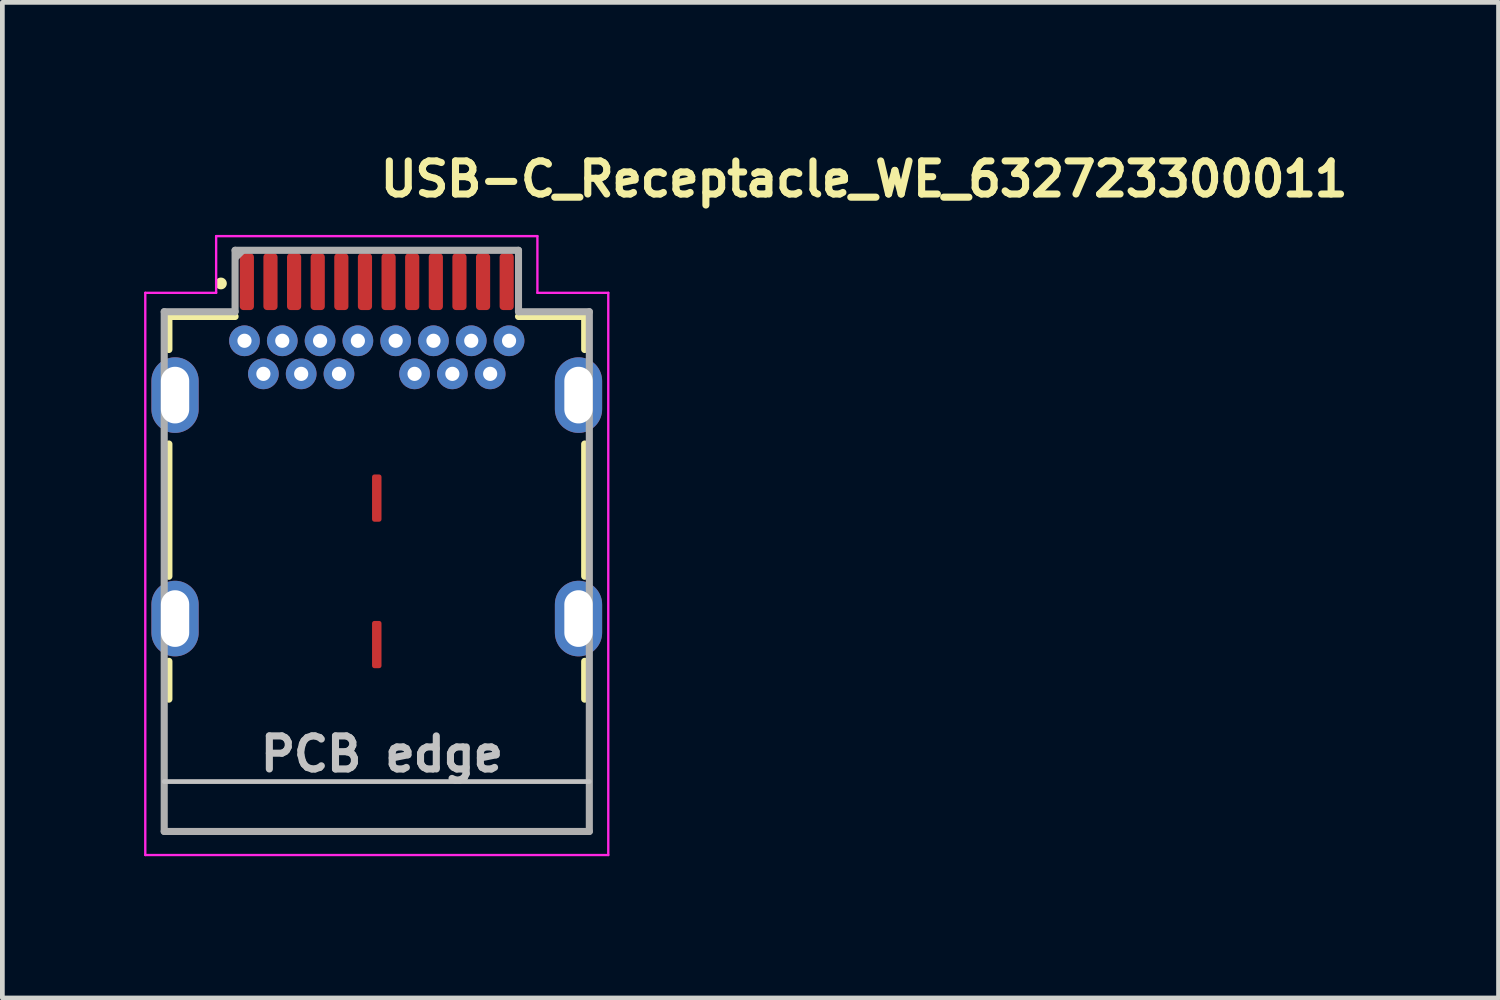
<source format=kicad_pcb>
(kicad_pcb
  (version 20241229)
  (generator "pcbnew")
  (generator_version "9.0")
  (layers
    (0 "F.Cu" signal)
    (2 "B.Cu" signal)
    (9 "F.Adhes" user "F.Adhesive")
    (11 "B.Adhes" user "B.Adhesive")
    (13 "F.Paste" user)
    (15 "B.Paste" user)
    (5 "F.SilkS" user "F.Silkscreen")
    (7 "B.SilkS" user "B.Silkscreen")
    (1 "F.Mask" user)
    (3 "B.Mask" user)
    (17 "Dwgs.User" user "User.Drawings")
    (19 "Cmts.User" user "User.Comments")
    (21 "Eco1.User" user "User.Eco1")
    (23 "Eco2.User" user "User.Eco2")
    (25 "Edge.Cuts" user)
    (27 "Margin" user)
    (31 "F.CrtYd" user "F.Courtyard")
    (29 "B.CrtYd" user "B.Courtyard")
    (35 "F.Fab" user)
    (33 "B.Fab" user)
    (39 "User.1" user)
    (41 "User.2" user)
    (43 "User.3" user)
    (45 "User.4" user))
  (footprint "USB-C_Receptacle_WE_632723300011"
    (layer "F.Cu")
    (at 4.925 8.548)
    (property "Reference" "USB-C_Receptacle_WE_632723300011" (at 0.001 -7.398 0) (layer "F.SilkS") (effects (font (size 0.7 0.7) (thickness 0.15)) (justify left bottom)))
    (attr smd)
    (fp_line (start -4.4 -4.899) (end -4.4 -4.2) (stroke (width 0.15) (type solid)) (layer "F.SilkS"))
    (fp_line (start -4.4 -4.899) (end -2.999 -4.899) (stroke (width 0.15) (type solid)) (layer "F.SilkS"))
    (fp_line (start -4.4 -2.2) (end -4.4 0.6) (stroke (width 0.15) (type solid)) (layer "F.SilkS"))
    (fp_line (start -4.4 2.4) (end -4.4 3.201) (stroke (width 0.15) (type solid)) (layer "F.SilkS"))
    (fp_line (start 3 -4.899) (end 4.401 -4.899) (stroke (width 0.15) (type solid)) (layer "F.SilkS"))
    (fp_line (start 4.401 -4.2) (end 4.401 -4.899) (stroke (width 0.15) (type solid)) (layer "F.SilkS"))
    (fp_line (start 4.401 -2.2) (end 4.401 0.6) (stroke (width 0.15) (type solid)) (layer "F.SilkS"))
    (fp_line (start 4.401 2.4) (end 4.401 3.201) (stroke (width 0.15) (type solid)) (layer "F.SilkS"))
    (fp_circle (center -3.299 -5.598) (end -3.249 -5.598) (stroke (width 0.15) (type solid)) (fill yes) (layer "F.SilkS"))
    (fp_line (start 4.499 4.945) (end -4.499 4.945) (stroke (width 0.1) (type solid)) (layer "Dwgs.User"))
    (fp_line (start -4.9 -5.4) (end -3.4 -5.4) (stroke (width 0.05) (type solid)) (layer "F.CrtYd"))
    (fp_line (start -4.9 6.5) (end -4.9 -5.4) (stroke (width 0.05) (type solid)) (layer "F.CrtYd"))
    (fp_line (start -3.4 -6.6) (end 3.4 -6.6) (stroke (width 0.05) (type solid)) (layer "F.CrtYd"))
    (fp_line (start -3.4 -5.4) (end -3.4 -6.6) (stroke (width 0.05) (type solid)) (layer "F.CrtYd"))
    (fp_line (start 3.4 -6.6) (end 3.4 -5.4) (stroke (width 0.05) (type solid)) (layer "F.CrtYd"))
    (fp_line (start 3.4 -5.4) (end 4.9 -5.4) (stroke (width 0.05) (type solid)) (layer "F.CrtYd"))
    (fp_line (start 4.9 -5.4) (end 4.9 6.5) (stroke (width 0.05) (type solid)) (layer "F.CrtYd"))
    (fp_line (start 4.9 6.5) (end -4.9 6.5) (stroke (width 0.05) (type solid)) (layer "F.CrtYd"))
    (fp_line (start -4.499 -5) (end -4.499 6.001) (stroke (width 0.15) (type solid)) (layer "F.Fab"))
    (fp_line (start -4.499 6.001) (end 4.499 6.001) (stroke (width 0.15) (type solid)) (layer "F.Fab"))
    (fp_line (start -2.999 -6.3) (end -2.999 -5) (stroke (width 0.15) (type solid)) (layer "F.Fab"))
    (fp_line (start -2.999 -5) (end -4.499 -5) (stroke (width 0.15) (type solid)) (layer "F.Fab"))
    (fp_line (start -2.979 -6.158) (end -2.859 -6.278) (stroke (width 0.15) (type solid)) (layer "F.Fab"))
    (fp_line (start 3 -6.3) (end -2.999 -6.3) (stroke (width 0.15) (type solid)) (layer "F.Fab"))
    (fp_line (start 3 -5) (end 3 -6.3) (stroke (width 0.15) (type solid)) (layer "F.Fab"))
    (fp_line (start 4.499 -5) (end 3 -5) (stroke (width 0.15) (type solid)) (layer "F.Fab"))
    (fp_line (start 4.499 6.001) (end 4.499 -5) (stroke (width 0.15) (type solid)) (layer "F.Fab"))
    (fp_rect (start -4.371 -5.896) (end 4.371 5.897) (stroke (width 0.1) (type solid)) (fill no) (layer "User.5"))
    (fp_line (start -4.371 -4.702) (end -4.371 3.348) (stroke (width 0.02) (type solid)) (layer "User.9"))
    (fp_line (start -4.371 3.348) (end -4.368 3.348) (stroke (width 0.02) (type solid)) (layer "User.9"))
    (fp_line (start -4.371 4.998) (end -4.371 5.897) (stroke (width 0.02) (type solid)) (layer "User.9"))
    (fp_line (start -4.368 3.348) (end -4.368 3.348) (stroke (width 0.02) (type solid)) (layer "User.9"))
    (fp_line (start -4.368 3.348) (end -4.368 3.348) (stroke (width 0.02) (type solid)) (layer "User.9"))
    (fp_line (start -4.368 3.348) (end -4.366 3.348) (stroke (width 0.02) (type solid)) (layer "User.9"))
    (fp_line (start -4.368 4.987) (end -4.368 4.993) (stroke (width 0.02) (type solid)) (layer "User.9"))
    (fp_line (start -4.368 4.993) (end -4.368 4.998) (stroke (width 0.02) (type solid)) (layer "User.9"))
    (fp_line (start -4.368 4.998) (end -4.371 4.998) (stroke (width 0.02) (type solid)) (layer "User.9"))
    (fp_line (start -4.368 4.998) (end -4.368 4.998) (stroke (width 0.02) (type solid)) (layer "User.9"))
    (fp_line (start -4.366 3.348) (end -4.368 3.348) (stroke (width 0.02) (type solid)) (layer "User.9"))
    (fp_line (start -4.366 3.348) (end -4.366 3.349) (stroke (width 0.02) (type solid)) (layer "User.9"))
    (fp_line (start -4.366 3.349) (end -4.365 3.349) (stroke (width 0.02) (type solid)) (layer "User.9"))
    (fp_line (start -4.366 4.98) (end -4.368 4.987) (stroke (width 0.02) (type solid)) (layer "User.9"))
    (fp_line (start -4.366 4.998) (end -4.368 4.998) (stroke (width 0.02) (type solid)) (layer "User.9"))
    (fp_line (start -4.365 3.349) (end -4.366 3.348) (stroke (width 0.02) (type solid)) (layer "User.9"))
    (fp_line (start -4.365 3.349) (end -4.365 3.352) (stroke (width 0.02) (type solid)) (layer "User.9"))
    (fp_line (start -4.365 3.352) (end -4.365 3.349) (stroke (width 0.02) (type solid)) (layer "User.9"))
    (fp_line (start -4.365 3.352) (end -4.365 3.356) (stroke (width 0.02) (type solid)) (layer "User.9"))
    (fp_line (start -4.365 3.356) (end -4.365 3.352) (stroke (width 0.02) (type solid)) (layer "User.9"))
    (fp_line (start -4.365 3.356) (end -4.363 3.36) (stroke (width 0.02) (type solid)) (layer "User.9"))
    (fp_line (start -4.365 4.974) (end -4.366 4.98) (stroke (width 0.02) (type solid)) (layer "User.9"))
    (fp_line (start -4.365 4.974) (end -4.357 4.939) (stroke (width 0.02) (type solid)) (layer "User.9"))
    (fp_line (start -4.365 4.99) (end -4.365 4.993) (stroke (width 0.02) (type solid)) (layer "User.9"))
    (fp_line (start -4.365 4.993) (end -4.365 4.995) (stroke (width 0.02) (type solid)) (layer "User.9"))
    (fp_line (start -4.365 4.995) (end -4.366 4.998) (stroke (width 0.02) (type solid)) (layer "User.9"))
    (fp_line (start -4.363 -4.702) (end -4.371 -4.702) (stroke (width 0.02) (type solid)) (layer "User.9"))
    (fp_line (start -4.363 -4.702) (end -4.363 -4.702) (stroke (width 0.02) (type solid)) (layer "User.9"))
    (fp_line (start -4.363 3.36) (end -4.363 3.365) (stroke (width 0.02) (type solid)) (layer "User.9"))
    (fp_line (start -4.363 3.365) (end -4.365 3.356) (stroke (width 0.02) (type solid)) (layer "User.9"))
    (fp_line (start -4.363 3.365) (end -4.362 3.372) (stroke (width 0.02) (type solid)) (layer "User.9"))
    (fp_line (start -4.363 4.98) (end -4.365 4.99) (stroke (width 0.02) (type solid)) (layer "User.9"))
    (fp_line (start -4.363 5.897) (end -4.371 5.897) (stroke (width 0.02) (type solid)) (layer "User.9"))
    (fp_line (start -4.363 5.897) (end -4.363 5.897) (stroke (width 0.02) (type solid)) (layer "User.9"))
    (fp_line (start -4.362 3.372) (end -4.36 3.377) (stroke (width 0.02) (type solid)) (layer "User.9"))
    (fp_line (start -4.362 4.976) (end -4.365 4.974) (stroke (width 0.02) (type solid)) (layer "User.9"))
    (fp_line (start -4.36 3.377) (end -4.363 3.365) (stroke (width 0.02) (type solid)) (layer "User.9"))
    (fp_line (start -4.36 3.377) (end -4.36 3.385) (stroke (width 0.02) (type solid)) (layer "User.9"))
    (fp_line (start -4.36 3.385) (end -4.358 3.392) (stroke (width 0.02) (type solid)) (layer "User.9"))
    (fp_line (start -4.36 4.968) (end -4.363 4.98) (stroke (width 0.02) (type solid)) (layer "User.9"))
    (fp_line (start -4.358 3.392) (end -4.36 3.377) (stroke (width 0.02) (type solid)) (layer "User.9"))
    (fp_line (start -4.358 3.392) (end -4.357 3.401) (stroke (width 0.02) (type solid)) (layer "User.9"))
    (fp_line (start -4.358 4.953) (end -4.36 4.968) (stroke (width 0.02) (type solid)) (layer "User.9"))
    (fp_line (start -4.357 3.401) (end -4.357 3.409) (stroke (width 0.02) (type solid)) (layer "User.9"))
    (fp_line (start -4.357 3.409) (end -4.358 3.392) (stroke (width 0.02) (type solid)) (layer "User.9"))
    (fp_line (start -4.357 3.409) (end -4.357 3.419) (stroke (width 0.02) (type solid)) (layer "User.9"))
    (fp_line (start -4.357 3.419) (end -4.355 3.428) (stroke (width 0.02) (type solid)) (layer "User.9"))
    (fp_line (start -4.357 4.936) (end -4.358 4.953) (stroke (width 0.02) (type solid)) (layer "User.9"))
    (fp_line (start -4.355 3.428) (end -4.357 3.409) (stroke (width 0.02) (type solid)) (layer "User.9"))
    (fp_line (start -4.355 3.428) (end -4.355 3.437) (stroke (width 0.02) (type solid)) (layer "User.9"))
    (fp_line (start -4.355 3.437) (end -4.355 3.448) (stroke (width 0.02) (type solid)) (layer "User.9"))
    (fp_line (start -4.355 3.448) (end -4.355 3.428) (stroke (width 0.02) (type solid)) (layer "User.9"))
    (fp_line (start -4.355 3.448) (end -4.355 4.897) (stroke (width 0.02) (type solid)) (layer "User.9"))
    (fp_line (start -4.355 3.448) (end -4.355 4.897) (stroke (width 0.02) (type solid)) (layer "User.9"))
    (fp_line (start -4.355 4.897) (end -4.355 4.918) (stroke (width 0.02) (type solid)) (layer "User.9"))
    (fp_line (start -4.355 4.918) (end -4.357 4.936) (stroke (width 0.02) (type solid)) (layer "User.9"))
    (fp_line (start -4.344 -4.702) (end -4.363 -4.702) (stroke (width 0.02) (type solid)) (layer "User.9"))
    (fp_line (start -4.344 -4.702) (end -4.344 -4.702) (stroke (width 0.02) (type solid)) (layer "User.9"))
    (fp_line (start -4.344 5.897) (end -4.363 5.897) (stroke (width 0.02) (type solid)) (layer "User.9"))
    (fp_line (start -4.344 5.897) (end -4.344 5.897) (stroke (width 0.02) (type solid)) (layer "User.9"))
    (fp_line (start -4.313 -4.702) (end -4.344 -4.702) (stroke (width 0.02) (type solid)) (layer "User.9"))
    (fp_line (start -4.313 -4.702) (end -4.313 -4.702) (stroke (width 0.02) (type solid)) (layer "User.9"))
    (fp_line (start -4.313 5.897) (end -4.344 5.897) (stroke (width 0.02) (type solid)) (layer "User.9"))
    (fp_line (start -4.313 5.897) (end -4.313 5.897) (stroke (width 0.02) (type solid)) (layer "User.9"))
    (fp_line (start -4.27 -4.702) (end -4.313 -4.702) (stroke (width 0.02) (type solid)) (layer "User.9"))
    (fp_line (start -4.27 -4.702) (end -4.27 -4.702) (stroke (width 0.02) (type solid)) (layer "User.9"))
    (fp_line (start -4.27 5.897) (end -4.313 5.897) (stroke (width 0.02) (type solid)) (layer "User.9"))
    (fp_line (start -4.27 5.897) (end -4.27 5.897) (stroke (width 0.02) (type solid)) (layer "User.9"))
    (fp_line (start -4.217 -4.702) (end -4.27 -4.702) (stroke (width 0.02) (type solid)) (layer "User.9"))
    (fp_line (start -4.217 -4.702) (end -4.217 -4.702) (stroke (width 0.02) (type solid)) (layer "User.9"))
    (fp_line (start -4.217 5.897) (end -4.27 5.897) (stroke (width 0.02) (type solid)) (layer "User.9"))
    (fp_line (start -4.217 5.897) (end -4.217 5.897) (stroke (width 0.02) (type solid)) (layer "User.9"))
    (fp_line (start -4.152 -4.702) (end -4.217 -4.702) (stroke (width 0.02) (type solid)) (layer "User.9"))
    (fp_line (start -4.152 -4.702) (end -4.152 -4.702) (stroke (width 0.02) (type solid)) (layer "User.9"))
    (fp_line (start -4.152 5.897) (end -4.217 5.897) (stroke (width 0.02) (type solid)) (layer "User.9"))
    (fp_line (start -4.152 5.897) (end -4.152 5.897) (stroke (width 0.02) (type solid)) (layer "User.9"))
    (fp_line (start -4.078 -4.702) (end -4.152 -4.702) (stroke (width 0.02) (type solid)) (layer "User.9"))
    (fp_line (start -4.078 -4.702) (end -4.078 -4.702) (stroke (width 0.02) (type solid)) (layer "User.9"))
    (fp_line (start -4.078 5.897) (end -4.152 5.897) (stroke (width 0.02) (type solid)) (layer "User.9"))
    (fp_line (start -4.078 5.897) (end -4.078 5.897) (stroke (width 0.02) (type solid)) (layer "User.9"))
    (fp_line (start -3.902 -4.702) (end -4.078 -4.702) (stroke (width 0.02) (type solid)) (layer "User.9"))
    (fp_line (start -3.902 -4.702) (end -3.902 -4.702) (stroke (width 0.02) (type solid)) (layer "User.9"))
    (fp_line (start -3.902 5.897) (end -4.078 5.897) (stroke (width 0.02) (type solid)) (layer "User.9"))
    (fp_line (start -3.902 5.897) (end -3.902 5.897) (stroke (width 0.02) (type solid)) (layer "User.9"))
    (fp_line (start -3.7 -4.702) (end -3.902 -4.702) (stroke (width 0.02) (type solid)) (layer "User.9"))
    (fp_line (start -3.7 -4.702) (end -3.7 -4.702) (stroke (width 0.02) (type solid)) (layer "User.9"))
    (fp_line (start -3.7 5.897) (end -3.902 5.897) (stroke (width 0.02) (type solid)) (layer "User.9"))
    (fp_line (start -3.7 5.897) (end -3.7 5.897) (stroke (width 0.02) (type solid)) (layer "User.9"))
    (fp_line (start -3.37 -4.702) (end -3.7 -4.702) (stroke (width 0.02) (type solid)) (layer "User.9"))
    (fp_line (start -3.37 5.897) (end -3.7 5.897) (stroke (width 0.02) (type solid)) (layer "User.9"))
    (fp_line (start -3.08 -4.702) (end -3.08 -5.301) (stroke (width 0.02) (type solid)) (layer "User.9"))
    (fp_line (start -2.89 -5.412) (end -2.609 -5.412) (stroke (width 0.02) (type solid)) (layer "User.9"))
    (fp_line (start -2.89 -5.322) (end -2.89 -5.412) (stroke (width 0.02) (type solid)) (layer "User.9"))
    (fp_line (start -2.89 -5.322) (end -2.89 -5.322) (stroke (width 0.02) (type solid)) (layer "User.9"))
    (fp_line (start -2.89 -5.301) (end -3.08 -5.301) (stroke (width 0.02) (type solid)) (layer "User.9"))
    (fp_line (start -2.89 -5.102) (end -2.89 -5.322) (stroke (width 0.02) (type solid)) (layer "User.9"))
    (fp_line (start -2.89 -4.702) (end -2.89 -5.102) (stroke (width 0.02) (type solid)) (layer "User.9"))
    (fp_line (start -2.85 -5.896) (end -2.649 -5.896) (stroke (width 0.02) (type solid)) (layer "User.9"))
    (fp_line (start -2.85 -5.463) (end -2.85 -5.896) (stroke (width 0.02) (type solid)) (layer "User.9"))
    (fp_line (start -2.85 -5.412) (end -2.85 -5.463) (stroke (width 0.02) (type solid)) (layer "User.9"))
    (fp_line (start -2.649 -5.463) (end -2.649 -5.896) (stroke (width 0.02) (type solid)) (layer "User.9"))
    (fp_line (start -2.649 -5.412) (end -2.649 -5.463) (stroke (width 0.02) (type solid)) (layer "User.9"))
    (fp_line (start -2.609 -5.322) (end -2.609 -5.412) (stroke (width 0.02) (type solid)) (layer "User.9"))
    (fp_line (start -2.609 -5.322) (end -2.609 -5.322) (stroke (width 0.02) (type solid)) (layer "User.9"))
    (fp_line (start -2.609 -5.102) (end -2.609 -5.322) (stroke (width 0.02) (type solid)) (layer "User.9"))
    (fp_line (start -2.609 -4.702) (end -2.609 -5.102) (stroke (width 0.02) (type solid)) (layer "User.9"))
    (fp_line (start -2.499 3.497) (end -2.301 3.497) (stroke (width 0.02) (type solid)) (layer "User.9"))
    (fp_line (start -2.399 3.198) (end -2.399 2.675) (stroke (width 0.02) (type solid)) (layer "User.9"))
    (fp_line (start -2.39 -5.412) (end -2.109 -5.412) (stroke (width 0.02) (type solid)) (layer "User.9"))
    (fp_line (start -2.39 -5.322) (end -2.39 -5.412) (stroke (width 0.02) (type solid)) (layer "User.9"))
    (fp_line (start -2.39 -5.322) (end -2.39 -5.322) (stroke (width 0.02) (type solid)) (layer "User.9"))
    (fp_line (start -2.39 -5.301) (end -2.609 -5.301) (stroke (width 0.02) (type solid)) (layer "User.9"))
    (fp_line (start -2.39 -5.102) (end -2.39 -5.322) (stroke (width 0.02) (type solid)) (layer "User.9"))
    (fp_line (start -2.39 -4.702) (end -2.39 -5.102) (stroke (width 0.02) (type solid)) (layer "User.9"))
    (fp_line (start -2.39 3.111) (end -2.39 2.593) (stroke (width 0.02) (type solid)) (layer "User.9"))
    (fp_line (start -2.39 3.111) (end -2.339 3.198) (stroke (width 0.02) (type solid)) (layer "User.9"))
    (fp_line (start -2.39 3.111) (end -2.256 3.111) (stroke (width 0.02) (type solid)) (layer "User.9"))
    (fp_line (start -2.35 -5.896) (end -2.149 -5.896) (stroke (width 0.02) (type solid)) (layer "User.9"))
    (fp_line (start -2.35 -5.463) (end -2.35 -5.896) (stroke (width 0.02) (type solid)) (layer "User.9"))
    (fp_line (start -2.35 -5.412) (end -2.35 -5.463) (stroke (width 0.02) (type solid)) (layer "User.9"))
    (fp_line (start -2.301 3.508) (end -2.301 3.497) (stroke (width 0.02) (type solid)) (layer "User.9"))
    (fp_line (start -2.3 3.486) (end -2.3 3.508) (stroke (width 0.02) (type solid)) (layer "User.9"))
    (fp_line (start -2.3 3.508) (end -2.301 3.508) (stroke (width 0.02) (type solid)) (layer "User.9"))
    (fp_line (start -2.298 3.465) (end -2.3 3.486) (stroke (width 0.02) (type solid)) (layer "User.9"))
    (fp_line (start -2.298 3.465) (end -2.056 1.491) (stroke (width 0.02) (type solid)) (layer "User.9"))
    (fp_line (start -2.265 3.198) (end -2.399 3.198) (stroke (width 0.02) (type solid)) (layer "User.9"))
    (fp_line (start -2.265 3.198) (end -2.339 3.198) (stroke (width 0.02) (type solid)) (layer "User.9"))
    (fp_line (start -2.249 1.441) (end -2.499 3.497) (stroke (width 0.02) (type solid)) (layer "User.9"))
    (fp_line (start -2.246 1.417) (end -2.249 1.441) (stroke (width 0.02) (type solid)) (layer "User.9"))
    (fp_line (start -2.242 1.394) (end -2.246 1.417) (stroke (width 0.02) (type solid)) (layer "User.9"))
    (fp_line (start -2.237 1.372) (end -2.242 1.394) (stroke (width 0.02) (type solid)) (layer "User.9"))
    (fp_line (start -2.23 1.35) (end -2.237 1.372) (stroke (width 0.02) (type solid)) (layer "User.9"))
    (fp_line (start -2.222 1.328) (end -2.23 1.35) (stroke (width 0.02) (type solid)) (layer "User.9"))
    (fp_line (start -2.214 1.306) (end -2.222 1.328) (stroke (width 0.02) (type solid)) (layer "User.9"))
    (fp_line (start -2.205 1.286) (end -2.214 1.306) (stroke (width 0.02) (type solid)) (layer "User.9"))
    (fp_line (start -2.201 1.275) (end -2.201 1.447) (stroke (width 0.02) (type solid)) (layer "User.9"))
    (fp_line (start -2.201 1.447) (end -2.053 1.447) (stroke (width 0.02) (type solid)) (layer "User.9"))
    (fp_line (start -2.194 1.265) (end -2.205 1.286) (stroke (width 0.02) (type solid)) (layer "User.9"))
    (fp_line (start -2.184 1.245) (end -2.194 1.265) (stroke (width 0.02) (type solid)) (layer "User.9"))
    (fp_line (start -2.172 1.227) (end -2.184 1.245) (stroke (width 0.02) (type solid)) (layer "User.9"))
    (fp_line (start -2.159 1.207) (end -2.172 1.227) (stroke (width 0.02) (type solid)) (layer "User.9"))
    (fp_line (start -2.149 -5.463) (end -2.149 -5.896) (stroke (width 0.02) (type solid)) (layer "User.9"))
    (fp_line (start -2.149 -5.412) (end -2.35 -5.412) (stroke (width 0.02) (type solid)) (layer "User.9"))
    (fp_line (start -2.149 -5.412) (end -2.149 -5.463) (stroke (width 0.02) (type solid)) (layer "User.9"))
    (fp_line (start -2.145 1.189) (end -2.159 1.207) (stroke (width 0.02) (type solid)) (layer "User.9"))
    (fp_line (start -2.132 1.173) (end -2.145 1.189) (stroke (width 0.02) (type solid)) (layer "User.9"))
    (fp_line (start -2.128 1.167) (end -1.372 1.167) (stroke (width 0.02) (type solid)) (layer "User.9"))
    (fp_line (start -2.116 1.155) (end -2.132 1.173) (stroke (width 0.02) (type solid)) (layer "User.9"))
    (fp_line (start -2.109 -5.322) (end -2.109 -5.412) (stroke (width 0.02) (type solid)) (layer "User.9"))
    (fp_line (start -2.109 -5.322) (end -2.109 -5.322) (stroke (width 0.02) (type solid)) (layer "User.9"))
    (fp_line (start -2.109 -5.102) (end -2.109 -5.322) (stroke (width 0.02) (type solid)) (layer "User.9"))
    (fp_line (start -2.109 -4.702) (end -2.109 -5.102) (stroke (width 0.02) (type solid)) (layer "User.9"))
    (fp_line (start -2.109 1.935) (end -2.109 1.447) (stroke (width 0.02) (type solid)) (layer "User.9"))
    (fp_line (start -2.1 1.14) (end -2.116 1.155) (stroke (width 0.02) (type solid)) (layer "User.9"))
    (fp_line (start -2.1 1.447) (end -2.1 1.854) (stroke (width 0.02) (type solid)) (layer "User.9"))
    (fp_line (start -2.084 1.124) (end -2.1 1.14) (stroke (width 0.02) (type solid)) (layer "User.9"))
    (fp_line (start -2.067 1.11) (end -2.084 1.124) (stroke (width 0.02) (type solid)) (layer "User.9"))
    (fp_line (start -2.056 1.554) (end -2.056 1.491) (stroke (width 0.02) (type solid)) (layer "User.9"))
    (fp_line (start -2.056 1.554) (end -2.053 1.554) (stroke (width 0.02) (type solid)) (layer "User.9"))
    (fp_line (start -2.053 1.519) (end -2.053 1.419) (stroke (width 0.02) (type solid)) (layer "User.9"))
    (fp_line (start -2.053 1.554) (end -2.053 1.519) (stroke (width 0.02) (type solid)) (layer "User.9"))
    (fp_line (start -2.052 1.4) (end -2.052 1.411) (stroke (width 0.02) (type solid)) (layer "User.9"))
    (fp_line (start -2.052 1.411) (end -2.053 1.419) (stroke (width 0.02) (type solid)) (layer "User.9"))
    (fp_line (start -2.052 1.517) (end -2.052 1.519) (stroke (width 0.02) (type solid)) (layer "User.9"))
    (fp_line (start -2.052 1.519) (end -2.053 1.519) (stroke (width 0.02) (type solid)) (layer "User.9"))
    (fp_line (start -2.051 1.392) (end -2.052 1.4) (stroke (width 0.02) (type solid)) (layer "User.9"))
    (fp_line (start -2.051 1.515) (end -2.052 1.517) (stroke (width 0.02) (type solid)) (layer "User.9"))
    (fp_line (start -2.049 1.096) (end -2.067 1.11) (stroke (width 0.02) (type solid)) (layer "User.9"))
    (fp_line (start -2.049 1.384) (end -2.051 1.392) (stroke (width 0.02) (type solid)) (layer "User.9"))
    (fp_line (start -2.049 1.513) (end -2.051 1.515) (stroke (width 0.02) (type solid)) (layer "User.9"))
    (fp_line (start -2.048 1.376) (end -2.049 1.384) (stroke (width 0.02) (type solid)) (layer "User.9"))
    (fp_line (start -2.048 1.511) (end -2.049 1.513) (stroke (width 0.02) (type solid)) (layer "User.9"))
    (fp_line (start -2.047 1.36) (end -2.047 1.368) (stroke (width 0.02) (type solid)) (layer "User.9"))
    (fp_line (start -2.047 1.368) (end -2.048 1.376) (stroke (width 0.02) (type solid)) (layer "User.9"))
    (fp_line (start -2.047 1.507) (end -2.047 1.509) (stroke (width 0.02) (type solid)) (layer "User.9"))
    (fp_line (start -2.047 1.509) (end -2.048 1.511) (stroke (width 0.02) (type solid)) (layer "User.9"))
    (fp_line (start -2.046 1.352) (end -2.047 1.36) (stroke (width 0.02) (type solid)) (layer "User.9"))
    (fp_line (start -2.046 1.507) (end -2.047 1.507) (stroke (width 0.02) (type solid)) (layer "User.9"))
    (fp_line (start -2.043 1.34) (end -2.043 1.346) (stroke (width 0.02) (type solid)) (layer "User.9"))
    (fp_line (start -2.043 1.346) (end -2.046 1.352) (stroke (width 0.02) (type solid)) (layer "User.9"))
    (fp_line (start -2.043 1.503) (end -2.043 1.505) (stroke (width 0.02) (type solid)) (layer "User.9"))
    (fp_line (start -2.043 1.505) (end -2.046 1.507) (stroke (width 0.02) (type solid)) (layer "User.9"))
    (fp_line (start -2.04 1.334) (end -2.043 1.34) (stroke (width 0.02) (type solid)) (layer "User.9"))
    (fp_line (start -2.04 1.503) (end -2.043 1.503) (stroke (width 0.02) (type solid)) (layer "User.9"))
    (fp_line (start -2.039 1.328) (end -2.04 1.334) (stroke (width 0.02) (type solid)) (layer "User.9"))
    (fp_line (start -2.039 1.501) (end -2.04 1.503) (stroke (width 0.02) (type solid)) (layer "User.9"))
    (fp_line (start -2.038 1.324) (end -2.039 1.328) (stroke (width 0.02) (type solid)) (layer "User.9"))
    (fp_line (start -2.038 1.501) (end -2.039 1.501) (stroke (width 0.02) (type solid)) (layer "User.9"))
    (fp_line (start -2.035 1.318) (end -2.038 1.324) (stroke (width 0.02) (type solid)) (layer "User.9"))
    (fp_line (start -2.035 1.499) (end -2.038 1.501) (stroke (width 0.02) (type solid)) (layer "User.9"))
    (fp_line (start -2.034 1.314) (end -2.035 1.318) (stroke (width 0.02) (type solid)) (layer "User.9"))
    (fp_line (start -2.034 1.499) (end -2.035 1.499) (stroke (width 0.02) (type solid)) (layer "User.9"))
    (fp_line (start -2.031 1.084) (end -2.049 1.096) (stroke (width 0.02) (type solid)) (layer "User.9"))
    (fp_line (start -2.031 1.31) (end -2.034 1.314) (stroke (width 0.02) (type solid)) (layer "User.9"))
    (fp_line (start -2.031 1.497) (end -2.034 1.499) (stroke (width 0.02) (type solid)) (layer "User.9"))
    (fp_line (start -2.031 1.497) (end -2.031 1.31) (stroke (width 0.02) (type solid)) (layer "User.9"))
    (fp_line (start -2.031 1.497) (end -2.023 1.491) (stroke (width 0.02) (type solid)) (layer "User.9"))
    (fp_line (start -2.023 1.302) (end -2.031 1.31) (stroke (width 0.02) (type solid)) (layer "User.9"))
    (fp_line (start -2.023 1.491) (end -2.011 1.485) (stroke (width 0.02) (type solid)) (layer "User.9"))
    (fp_line (start -2.012 1.072) (end -2.031 1.084) (stroke (width 0.02) (type solid)) (layer "User.9"))
    (fp_line (start -2.011 1.296) (end -2.023 1.302) (stroke (width 0.02) (type solid)) (layer "User.9"))
    (fp_line (start -2.011 1.485) (end -1.999 1.477) (stroke (width 0.02) (type solid)) (layer "User.9"))
    (fp_line (start -1.999 1.29) (end -2.011 1.296) (stroke (width 0.02) (type solid)) (layer "User.9"))
    (fp_line (start -1.999 1.477) (end -1.985 1.471) (stroke (width 0.02) (type solid)) (layer "User.9"))
    (fp_line (start -1.993 1.06) (end -2.012 1.072) (stroke (width 0.02) (type solid)) (layer "User.9"))
    (fp_line (start -1.985 1.284) (end -1.999 1.29) (stroke (width 0.02) (type solid)) (layer "User.9"))
    (fp_line (start -1.985 1.471) (end -1.971 1.465) (stroke (width 0.02) (type solid)) (layer "User.9"))
    (fp_line (start -1.973 1.05) (end -1.993 1.06) (stroke (width 0.02) (type solid)) (layer "User.9"))
    (fp_line (start -1.971 1.277) (end -1.985 1.284) (stroke (width 0.02) (type solid)) (layer "User.9"))
    (fp_line (start -1.971 1.465) (end -1.955 1.461) (stroke (width 0.02) (type solid)) (layer "User.9"))
    (fp_line (start -1.955 1.273) (end -1.971 1.277) (stroke (width 0.02) (type solid)) (layer "User.9"))
    (fp_line (start -1.955 1.461) (end -1.937 1.455) (stroke (width 0.02) (type solid)) (layer "User.9"))
    (fp_line (start -1.953 1.04) (end -1.973 1.05) (stroke (width 0.02) (type solid)) (layer "User.9"))
    (fp_line (start -1.937 1.267) (end -1.955 1.273) (stroke (width 0.02) (type solid)) (layer "User.9"))
    (fp_line (start -1.937 1.455) (end -1.919 1.451) (stroke (width 0.02) (type solid)) (layer "User.9"))
    (fp_line (start -1.931 1.032) (end -1.953 1.04) (stroke (width 0.02) (type solid)) (layer "User.9"))
    (fp_line (start -1.919 1.263) (end -1.937 1.267) (stroke (width 0.02) (type solid)) (layer "User.9"))
    (fp_line (start -1.919 1.451) (end -1.9 1.447) (stroke (width 0.02) (type solid)) (layer "User.9"))
    (fp_line (start -1.91 1.023) (end -1.931 1.032) (stroke (width 0.02) (type solid)) (layer "User.9"))
    (fp_line (start -1.9 1.259) (end -1.919 1.263) (stroke (width 0.02) (type solid)) (layer "User.9"))
    (fp_line (start -1.9 1.447) (end -1.88 1.443) (stroke (width 0.02) (type solid)) (layer "User.9"))
    (fp_line (start -1.89 -5.412) (end -1.61 -5.412) (stroke (width 0.02) (type solid)) (layer "User.9"))
    (fp_line (start -1.89 -5.322) (end -1.89 -5.412) (stroke (width 0.02) (type solid)) (layer "User.9"))
    (fp_line (start -1.89 -5.322) (end -1.89 -5.322) (stroke (width 0.02) (type solid)) (layer "User.9"))
    (fp_line (start -1.89 -5.301) (end -2.109 -5.301) (stroke (width 0.02) (type solid)) (layer "User.9"))
    (fp_line (start -1.89 -5.102) (end -1.89 -5.322) (stroke (width 0.02) (type solid)) (layer "User.9"))
    (fp_line (start -1.89 -4.702) (end -1.89 -5.102) (stroke (width 0.02) (type solid)) (layer "User.9"))
    (fp_line (start -1.888 1.017) (end -1.91 1.023) (stroke (width 0.02) (type solid)) (layer "User.9"))
    (fp_line (start -1.88 1.255) (end -1.9 1.259) (stroke (width 0.02) (type solid)) (layer "User.9"))
    (fp_line (start -1.88 1.443) (end -1.86 1.441) (stroke (width 0.02) (type solid)) (layer "User.9"))
    (fp_line (start -1.866 1.011) (end -1.888 1.017) (stroke (width 0.02) (type solid)) (layer "User.9"))
    (fp_line (start -1.86 1.253) (end -1.88 1.255) (stroke (width 0.02) (type solid)) (layer "User.9"))
    (fp_line (start -1.86 1.441) (end -1.84 1.439) (stroke (width 0.02) (type solid)) (layer "User.9"))
    (fp_line (start -1.85 -5.896) (end -1.65 -5.896) (stroke (width 0.02) (type solid)) (layer "User.9"))
    (fp_line (start -1.85 -5.463) (end -1.85 -5.896) (stroke (width 0.02) (type solid)) (layer "User.9"))
    (fp_line (start -1.85 -5.412) (end -1.85 -5.463) (stroke (width 0.02) (type solid)) (layer "User.9"))
    (fp_line (start -1.844 1.007) (end -1.866 1.011) (stroke (width 0.02) (type solid)) (layer "User.9"))
    (fp_line (start -1.84 1.251) (end -1.86 1.253) (stroke (width 0.02) (type solid)) (layer "User.9"))
    (fp_line (start -1.84 1.439) (end -1.818 1.437) (stroke (width 0.02) (type solid)) (layer "User.9"))
    (fp_line (start -1.82 1.003) (end -1.844 1.007) (stroke (width 0.02) (type solid)) (layer "User.9"))
    (fp_line (start -1.818 1.249) (end -1.84 1.251) (stroke (width 0.02) (type solid)) (layer "User.9"))
    (fp_line (start -1.818 1.437) (end -1.796 1.435) (stroke (width 0.02) (type solid)) (layer "User.9"))
    (fp_line (start -1.8 1.247) (end -1.8 1.167) (stroke (width 0.02) (type solid)) (layer "User.9"))
    (fp_line (start -1.798 1) (end -1.82 1.003) (stroke (width 0.02) (type solid)) (layer "User.9"))
    (fp_line (start -1.796 1.247) (end -1.818 1.249) (stroke (width 0.02) (type solid)) (layer "User.9"))
    (fp_line (start -1.796 1.435) (end -1.773 1.435) (stroke (width 0.02) (type solid)) (layer "User.9"))
    (fp_line (start -1.773 0.998) (end -1.798 1) (stroke (width 0.02) (type solid)) (layer "User.9"))
    (fp_line (start -1.773 1.247) (end -1.796 1.247) (stroke (width 0.02) (type solid)) (layer "User.9"))
    (fp_line (start -1.773 1.435) (end -1.749 1.433) (stroke (width 0.02) (type solid)) (layer "User.9"))
    (fp_line (start -1.749 0.997) (end -1.773 0.998) (stroke (width 0.02) (type solid)) (layer "User.9"))
    (fp_line (start -1.749 0.997) (end -1.749 0.997) (stroke (width 0.02) (type solid)) (layer "User.9"))
    (fp_line (start -1.749 1.245) (end -1.773 1.247) (stroke (width 0.02) (type solid)) (layer "User.9"))
    (fp_line (start -1.749 1.245) (end -1.749 1.245) (stroke (width 0.02) (type solid)) (layer "User.9"))
    (fp_line (start -1.749 1.433) (end -1.749 1.433) (stroke (width 0.02) (type solid)) (layer "User.9"))
    (fp_line (start -1.749 1.433) (end -1.727 1.435) (stroke (width 0.02) (type solid)) (layer "User.9"))
    (fp_line (start -1.727 0.998) (end -1.749 0.997) (stroke (width 0.02) (type solid)) (layer "User.9"))
    (fp_line (start -1.727 1.247) (end -1.749 1.245) (stroke (width 0.02) (type solid)) (layer "User.9"))
    (fp_line (start -1.727 1.435) (end -1.705 1.435) (stroke (width 0.02) (type solid)) (layer "User.9"))
    (fp_line (start -1.705 1.247) (end -1.727 1.247) (stroke (width 0.02) (type solid)) (layer "User.9"))
    (fp_line (start -1.705 1.435) (end -1.683 1.437) (stroke (width 0.02) (type solid)) (layer "User.9"))
    (fp_line (start -1.703 1) (end -1.727 0.998) (stroke (width 0.02) (type solid)) (layer "User.9"))
    (fp_line (start -1.699 1.167) (end -1.699 1.247) (stroke (width 0.02) (type solid)) (layer "User.9"))
    (fp_line (start -1.683 1.249) (end -1.705 1.247) (stroke (width 0.02) (type solid)) (layer "User.9"))
    (fp_line (start -1.683 1.437) (end -1.66 1.439) (stroke (width 0.02) (type solid)) (layer "User.9"))
    (fp_line (start -1.679 1.003) (end -1.703 1) (stroke (width 0.02) (type solid)) (layer "User.9"))
    (fp_line (start -1.66 1.251) (end -1.683 1.249) (stroke (width 0.02) (type solid)) (layer "User.9"))
    (fp_line (start -1.66 1.439) (end -1.64 1.441) (stroke (width 0.02) (type solid)) (layer "User.9"))
    (fp_line (start -1.656 1.007) (end -1.679 1.003) (stroke (width 0.02) (type solid)) (layer "User.9"))
    (fp_line (start -1.65 -5.463) (end -1.65 -5.896) (stroke (width 0.02) (type solid)) (layer "User.9"))
    (fp_line (start -1.65 -5.412) (end -1.65 -5.463) (stroke (width 0.02) (type solid)) (layer "User.9"))
    (fp_line (start -1.64 1.253) (end -1.66 1.251) (stroke (width 0.02) (type solid)) (layer "User.9"))
    (fp_line (start -1.64 1.441) (end -1.62 1.443) (stroke (width 0.02) (type solid)) (layer "User.9"))
    (fp_line (start -1.634 1.011) (end -1.656 1.007) (stroke (width 0.02) (type solid)) (layer "User.9"))
    (fp_line (start -1.62 1.255) (end -1.64 1.253) (stroke (width 0.02) (type solid)) (layer "User.9"))
    (fp_line (start -1.62 1.443) (end -1.6 1.447) (stroke (width 0.02) (type solid)) (layer "User.9"))
    (fp_line (start -1.612 1.017) (end -1.634 1.011) (stroke (width 0.02) (type solid)) (layer "User.9"))
    (fp_line (start -1.61 -5.322) (end -1.61 -5.412) (stroke (width 0.02) (type solid)) (layer "User.9"))
    (fp_line (start -1.61 -5.322) (end -1.61 -5.322) (stroke (width 0.02) (type solid)) (layer "User.9"))
    (fp_line (start -1.61 -5.102) (end -1.61 -5.322) (stroke (width 0.02) (type solid)) (layer "User.9"))
    (fp_line (start -1.61 -4.702) (end -1.61 -5.102) (stroke (width 0.02) (type solid)) (layer "User.9"))
    (fp_line (start -1.6 1.259) (end -1.62 1.255) (stroke (width 0.02) (type solid)) (layer "User.9"))
    (fp_line (start -1.6 1.447) (end -1.58 1.451) (stroke (width 0.02) (type solid)) (layer "User.9"))
    (fp_line (start -1.59 1.023) (end -1.612 1.017) (stroke (width 0.02) (type solid)) (layer "User.9"))
    (fp_line (start -1.58 1.263) (end -1.6 1.259) (stroke (width 0.02) (type solid)) (layer "User.9"))
    (fp_line (start -1.58 1.451) (end -1.562 1.455) (stroke (width 0.02) (type solid)) (layer "User.9"))
    (fp_line (start -1.568 1.032) (end -1.59 1.023) (stroke (width 0.02) (type solid)) (layer "User.9"))
    (fp_line (start -1.562 1.267) (end -1.58 1.263) (stroke (width 0.02) (type solid)) (layer "User.9"))
    (fp_line (start -1.562 1.455) (end -1.546 1.461) (stroke (width 0.02) (type solid)) (layer "User.9"))
    (fp_line (start -1.548 1.04) (end -1.568 1.032) (stroke (width 0.02) (type solid)) (layer "User.9"))
    (fp_line (start -1.546 1.273) (end -1.562 1.267) (stroke (width 0.02) (type solid)) (layer "User.9"))
    (fp_line (start -1.546 1.461) (end -1.529 1.465) (stroke (width 0.02) (type solid)) (layer "User.9"))
    (fp_line (start -1.529 1.277) (end -1.546 1.273) (stroke (width 0.02) (type solid)) (layer "User.9"))
    (fp_line (start -1.529 1.465) (end -1.515 1.471) (stroke (width 0.02) (type solid)) (layer "User.9"))
    (fp_line (start -1.527 1.05) (end -1.548 1.04) (stroke (width 0.02) (type solid)) (layer "User.9"))
    (fp_line (start -1.515 1.284) (end -1.529 1.277) (stroke (width 0.02) (type solid)) (layer "User.9"))
    (fp_line (start -1.515 1.471) (end -1.501 1.477) (stroke (width 0.02) (type solid)) (layer "User.9"))
    (fp_line (start -1.507 1.06) (end -1.527 1.05) (stroke (width 0.02) (type solid)) (layer "User.9"))
    (fp_line (start -1.501 1.29) (end -1.515 1.284) (stroke (width 0.02) (type solid)) (layer "User.9"))
    (fp_line (start -1.501 1.477) (end -1.489 1.485) (stroke (width 0.02) (type solid)) (layer "User.9"))
    (fp_line (start -1.489 1.296) (end -1.501 1.29) (stroke (width 0.02) (type solid)) (layer "User.9"))
    (fp_line (start -1.489 1.485) (end -1.477 1.491) (stroke (width 0.02) (type solid)) (layer "User.9"))
    (fp_line (start -1.487 1.072) (end -1.507 1.06) (stroke (width 0.02) (type solid)) (layer "User.9"))
    (fp_line (start -1.477 1.302) (end -1.489 1.296) (stroke (width 0.02) (type solid)) (layer "User.9"))
    (fp_line (start -1.477 1.491) (end -1.469 1.497) (stroke (width 0.02) (type solid)) (layer "User.9"))
    (fp_line (start -1.469 1.084) (end -1.487 1.072) (stroke (width 0.02) (type solid)) (layer "User.9"))
    (fp_line (start -1.469 1.31) (end -1.477 1.302) (stroke (width 0.02) (type solid)) (layer "User.9"))
    (fp_line (start -1.469 1.497) (end -1.469 1.31) (stroke (width 0.02) (type solid)) (layer "User.9"))
    (fp_line (start -1.467 1.314) (end -1.469 1.31) (stroke (width 0.02) (type solid)) (layer "User.9"))
    (fp_line (start -1.467 1.499) (end -1.469 1.497) (stroke (width 0.02) (type solid)) (layer "User.9"))
    (fp_line (start -1.465 1.318) (end -1.467 1.314) (stroke (width 0.02) (type solid)) (layer "User.9"))
    (fp_line (start -1.465 1.499) (end -1.467 1.499) (stroke (width 0.02) (type solid)) (layer "User.9"))
    (fp_line (start -1.463 1.324) (end -1.465 1.318) (stroke (width 0.02) (type solid)) (layer "User.9"))
    (fp_line (start -1.463 1.501) (end -1.465 1.499) (stroke (width 0.02) (type solid)) (layer "User.9"))
    (fp_line (start -1.461 1.328) (end -1.463 1.324) (stroke (width 0.02) (type solid)) (layer "User.9"))
    (fp_line (start -1.461 1.501) (end -1.463 1.501) (stroke (width 0.02) (type solid)) (layer "User.9"))
    (fp_line (start -1.459 1.334) (end -1.461 1.328) (stroke (width 0.02) (type solid)) (layer "User.9"))
    (fp_line (start -1.459 1.503) (end -1.461 1.501) (stroke (width 0.02) (type solid)) (layer "User.9"))
    (fp_line (start -1.457 1.34) (end -1.459 1.334) (stroke (width 0.02) (type solid)) (layer "User.9"))
    (fp_line (start -1.457 1.503) (end -1.459 1.503) (stroke (width 0.02) (type solid)) (layer "User.9"))
    (fp_line (start -1.457 1.505) (end -1.457 1.503) (stroke (width 0.02) (type solid)) (layer "User.9"))
    (fp_line (start -1.455 1.352) (end -1.457 1.34) (stroke (width 0.02) (type solid)) (layer "User.9"))
    (fp_line (start -1.455 1.507) (end -1.457 1.505) (stroke (width 0.02) (type solid)) (layer "User.9"))
    (fp_line (start -1.453 1.368) (end -1.455 1.352) (stroke (width 0.02) (type solid)) (layer "User.9"))
    (fp_line (start -1.453 1.507) (end -1.455 1.507) (stroke (width 0.02) (type solid)) (layer "User.9"))
    (fp_line (start -1.453 1.509) (end -1.453 1.507) (stroke (width 0.02) (type solid)) (layer "User.9"))
    (fp_line (start -1.451 1.096) (end -1.469 1.084) (stroke (width 0.02) (type solid)) (layer "User.9"))
    (fp_line (start -1.451 1.384) (end -1.453 1.368) (stroke (width 0.02) (type solid)) (layer "User.9"))
    (fp_line (start -1.451 1.511) (end -1.453 1.509) (stroke (width 0.02) (type solid)) (layer "User.9"))
    (fp_line (start -1.451 1.513) (end -1.451 1.511) (stroke (width 0.02) (type solid)) (layer "User.9"))
    (fp_line (start -1.449 1.4) (end -1.451 1.384) (stroke (width 0.02) (type solid)) (layer "User.9"))
    (fp_line (start -1.449 1.515) (end -1.451 1.513) (stroke (width 0.02) (type solid)) (layer "User.9"))
    (fp_line (start -1.449 1.517) (end -1.449 1.515) (stroke (width 0.02) (type solid)) (layer "User.9"))
    (fp_line (start -1.447 1.419) (end -1.449 1.4) (stroke (width 0.02) (type solid)) (layer "User.9"))
    (fp_line (start -1.447 1.419) (end -1.447 1.519) (stroke (width 0.02) (type solid)) (layer "User.9"))
    (fp_line (start -1.447 1.447) (end -1.3 1.447) (stroke (width 0.02) (type solid)) (layer "User.9"))
    (fp_line (start -1.447 1.519) (end -1.449 1.517) (stroke (width 0.02) (type solid)) (layer "User.9"))
    (fp_line (start -1.447 1.519) (end -1.447 1.519) (stroke (width 0.02) (type solid)) (layer "User.9"))
    (fp_line (start -1.447 1.554) (end -1.447 1.519) (stroke (width 0.02) (type solid)) (layer "User.9"))
    (fp_line (start -1.447 1.554) (end -1.445 1.554) (stroke (width 0.02) (type solid)) (layer "User.9"))
    (fp_line (start -1.445 1.491) (end -1.201 3.465) (stroke (width 0.02) (type solid)) (layer "User.9"))
    (fp_line (start -1.445 1.554) (end -1.445 1.491) (stroke (width 0.02) (type solid)) (layer "User.9"))
    (fp_line (start -1.433 1.11) (end -1.451 1.096) (stroke (width 0.02) (type solid)) (layer "User.9"))
    (fp_line (start -1.417 1.124) (end -1.433 1.11) (stroke (width 0.02) (type solid)) (layer "User.9"))
    (fp_line (start -1.4 1.14) (end -1.417 1.124) (stroke (width 0.02) (type solid)) (layer "User.9"))
    (fp_line (start -1.4 1.854) (end -1.4 1.447) (stroke (width 0.02) (type solid)) (layer "User.9"))
    (fp_line (start -1.39 -5.412) (end -1.11 -5.412) (stroke (width 0.02) (type solid)) (layer "User.9"))
    (fp_line (start -1.39 -5.322) (end -1.39 -5.412) (stroke (width 0.02) (type solid)) (layer "User.9"))
    (fp_line (start -1.39 -5.322) (end -1.39 -5.322) (stroke (width 0.02) (type solid)) (layer "User.9"))
    (fp_line (start -1.39 -5.301) (end -1.61 -5.301) (stroke (width 0.02) (type solid)) (layer "User.9"))
    (fp_line (start -1.39 -5.102) (end -1.39 -5.322) (stroke (width 0.02) (type solid)) (layer "User.9"))
    (fp_line (start -1.39 -4.702) (end -1.39 -5.102) (stroke (width 0.02) (type solid)) (layer "User.9"))
    (fp_line (start -1.39 1.935) (end -1.39 1.447) (stroke (width 0.02) (type solid)) (layer "User.9"))
    (fp_line (start -1.384 1.155) (end -1.4 1.14) (stroke (width 0.02) (type solid)) (layer "User.9"))
    (fp_line (start -1.368 1.173) (end -1.384 1.155) (stroke (width 0.02) (type solid)) (layer "User.9"))
    (fp_line (start -1.354 1.189) (end -1.368 1.173) (stroke (width 0.02) (type solid)) (layer "User.9"))
    (fp_line (start -1.35 -5.896) (end -1.15 -5.896) (stroke (width 0.02) (type solid)) (layer "User.9"))
    (fp_line (start -1.35 -5.463) (end -1.35 -5.896) (stroke (width 0.02) (type solid)) (layer "User.9"))
    (fp_line (start -1.35 -5.412) (end -1.35 -5.463) (stroke (width 0.02) (type solid)) (layer "User.9"))
    (fp_line (start -1.342 1.207) (end -1.354 1.189) (stroke (width 0.02) (type solid)) (layer "User.9"))
    (fp_line (start -1.328 1.227) (end -1.342 1.207) (stroke (width 0.02) (type solid)) (layer "User.9"))
    (fp_line (start -1.316 1.245) (end -1.328 1.227) (stroke (width 0.02) (type solid)) (layer "User.9"))
    (fp_line (start -1.306 1.265) (end -1.316 1.245) (stroke (width 0.02) (type solid)) (layer "User.9"))
    (fp_line (start -1.3 1.447) (end -1.3 1.275) (stroke (width 0.02) (type solid)) (layer "User.9"))
    (fp_line (start -1.296 1.286) (end -1.306 1.265) (stroke (width 0.02) (type solid)) (layer "User.9"))
    (fp_line (start -1.286 1.306) (end -1.296 1.286) (stroke (width 0.02) (type solid)) (layer "User.9"))
    (fp_line (start -1.277 1.328) (end -1.286 1.306) (stroke (width 0.02) (type solid)) (layer "User.9"))
    (fp_line (start -1.269 1.35) (end -1.277 1.328) (stroke (width 0.02) (type solid)) (layer "User.9"))
    (fp_line (start -1.263 1.372) (end -1.269 1.35) (stroke (width 0.02) (type solid)) (layer "User.9"))
    (fp_line (start -1.257 1.394) (end -1.263 1.372) (stroke (width 0.02) (type solid)) (layer "User.9"))
    (fp_line (start -1.253 1.417) (end -1.257 1.394) (stroke (width 0.02) (type solid)) (layer "User.9"))
    (fp_line (start -1.249 1.441) (end -1.253 1.417) (stroke (width 0.02) (type solid)) (layer "User.9"))
    (fp_line (start -1.199 3.486) (end -1.201 3.465) (stroke (width 0.02) (type solid)) (layer "User.9"))
    (fp_line (start -1.199 3.486) (end -1.199 3.508) (stroke (width 0.02) (type solid)) (layer "User.9"))
    (fp_line (start -1.197 3.497) (end -0.999 3.497) (stroke (width 0.02) (type solid)) (layer "User.9"))
    (fp_line (start -1.197 3.508) (end -1.199 3.508) (stroke (width 0.02) (type solid)) (layer "User.9"))
    (fp_line (start -1.197 3.508) (end -1.197 3.497) (stroke (width 0.02) (type solid)) (layer "User.9"))
    (fp_line (start -1.15 -5.463) (end -1.15 -5.896) (stroke (width 0.02) (type solid)) (layer "User.9"))
    (fp_line (start -1.15 -5.412) (end -1.15 -5.463) (stroke (width 0.02) (type solid)) (layer "User.9"))
    (fp_line (start -1.11 -5.322) (end -1.11 -5.412) (stroke (width 0.02) (type solid)) (layer "User.9"))
    (fp_line (start -1.11 -5.322) (end -1.11 -5.322) (stroke (width 0.02) (type solid)) (layer "User.9"))
    (fp_line (start -1.11 -5.102) (end -1.11 -5.322) (stroke (width 0.02) (type solid)) (layer "User.9"))
    (fp_line (start -1.11 -4.702) (end -1.11 -5.102) (stroke (width 0.02) (type solid)) (layer "User.9"))
    (fp_line (start -1.11 3.497) (end -1.11 2.593) (stroke (width 0.02) (type solid)) (layer "User.9"))
    (fp_line (start -1.1 2.675) (end -1.1 3.497) (stroke (width 0.02) (type solid)) (layer "User.9"))
    (fp_line (start -0.999 3.497) (end -1.249 1.441) (stroke (width 0.02) (type solid)) (layer "User.9"))
    (fp_line (start -0.889 -5.412) (end -0.609 -5.412) (stroke (width 0.02) (type solid)) (layer "User.9"))
    (fp_line (start -0.889 -5.322) (end -0.889 -5.412) (stroke (width 0.02) (type solid)) (layer "User.9"))
    (fp_line (start -0.889 -5.322) (end -0.889 -5.322) (stroke (width 0.02) (type solid)) (layer "User.9"))
    (fp_line (start -0.889 -5.301) (end -1.11 -5.301) (stroke (width 0.02) (type solid)) (layer "User.9"))
    (fp_line (start -0.889 -5.102) (end -0.889 -5.322) (stroke (width 0.02) (type solid)) (layer "User.9"))
    (fp_line (start -0.889 -4.702) (end -0.889 -5.102) (stroke (width 0.02) (type solid)) (layer "User.9"))
    (fp_line (start -0.849 -5.896) (end -0.651 -5.896) (stroke (width 0.02) (type solid)) (layer "User.9"))
    (fp_line (start -0.849 -5.463) (end -0.849 -5.896) (stroke (width 0.02) (type solid)) (layer "User.9"))
    (fp_line (start -0.849 -5.412) (end -0.849 -5.463) (stroke (width 0.02) (type solid)) (layer "User.9"))
    (fp_line (start -0.651 -5.463) (end -0.651 -5.896) (stroke (width 0.02) (type solid)) (layer "User.9"))
    (fp_line (start -0.651 -5.412) (end -0.849 -5.412) (stroke (width 0.02) (type solid)) (layer "User.9"))
    (fp_line (start -0.651 -5.412) (end -0.651 -5.463) (stroke (width 0.02) (type solid)) (layer "User.9"))
    (fp_line (start -0.609 -5.322) (end -0.609 -5.412) (stroke (width 0.02) (type solid)) (layer "User.9"))
    (fp_line (start -0.609 -5.322) (end -0.609 -5.322) (stroke (width 0.02) (type solid)) (layer "User.9"))
    (fp_line (start -0.609 -5.102) (end -0.609 -5.322) (stroke (width 0.02) (type solid)) (layer "User.9"))
    (fp_line (start -0.609 -4.702) (end -0.609 -5.102) (stroke (width 0.02) (type solid)) (layer "User.9"))
    (fp_line (start -0.391 -5.412) (end -0.109 -5.412) (stroke (width 0.02) (type solid)) (layer "User.9"))
    (fp_line (start -0.391 -5.322) (end -0.391 -5.412) (stroke (width 0.02) (type solid)) (layer "User.9"))
    (fp_line (start -0.391 -5.322) (end -0.391 -5.322) (stroke (width 0.02) (type solid)) (layer "User.9"))
    (fp_line (start -0.391 -5.301) (end -0.609 -5.301) (stroke (width 0.02) (type solid)) (layer "User.9"))
    (fp_line (start -0.391 -5.102) (end -0.391 -5.322) (stroke (width 0.02) (type solid)) (layer "User.9"))
    (fp_line (start -0.391 -4.702) (end -0.391 -5.102) (stroke (width 0.02) (type solid)) (layer "User.9"))
    (fp_line (start -0.35 -5.896) (end -0.149 -5.896) (stroke (width 0.02) (type solid)) (layer "User.9"))
    (fp_line (start -0.35 -5.463) (end -0.35 -5.896) (stroke (width 0.02) (type solid)) (layer "User.9"))
    (fp_line (start -0.35 -5.412) (end -0.35 -5.463) (stroke (width 0.02) (type solid)) (layer "User.9"))
    (fp_line (start -0.149 -5.463) (end -0.149 -5.896) (stroke (width 0.02) (type solid)) (layer "User.9"))
    (fp_line (start -0.149 -5.412) (end -0.149 -5.463) (stroke (width 0.02) (type solid)) (layer "User.9"))
    (fp_line (start -0.109 -5.322) (end -0.109 -5.412) (stroke (width 0.02) (type solid)) (layer "User.9"))
    (fp_line (start -0.109 -5.322) (end -0.109 -5.322) (stroke (width 0.02) (type solid)) (layer "User.9"))
    (fp_line (start -0.109 -5.102) (end -0.109 -5.322) (stroke (width 0.02) (type solid)) (layer "User.9"))
    (fp_line (start -0.109 -4.702) (end -0.109 -5.102) (stroke (width 0.02) (type solid)) (layer "User.9"))
    (fp_line (start 0.109 -5.412) (end 0.391 -5.412) (stroke (width 0.02) (type solid)) (layer "User.9"))
    (fp_line (start 0.109 -5.322) (end 0.109 -5.412) (stroke (width 0.02) (type solid)) (layer "User.9"))
    (fp_line (start 0.109 -5.322) (end 0.109 -5.322) (stroke (width 0.02) (type solid)) (layer "User.9"))
    (fp_line (start 0.109 -5.301) (end -0.109 -5.301) (stroke (width 0.02) (type solid)) (layer "User.9"))
    (fp_line (start 0.109 -5.102) (end 0.109 -5.322) (stroke (width 0.02) (type solid)) (layer "User.9"))
    (fp_line (start 0.109 -4.702) (end 0.109 -5.102) (stroke (width 0.02) (type solid)) (layer "User.9"))
    (fp_line (start 0.149 -5.896) (end 0.35 -5.896) (stroke (width 0.02) (type solid)) (layer "User.9"))
    (fp_line (start 0.149 -5.463) (end 0.149 -5.896) (stroke (width 0.02) (type solid)) (layer "User.9"))
    (fp_line (start 0.149 -5.412) (end 0.149 -5.463) (stroke (width 0.02) (type solid)) (layer "User.9"))
    (fp_line (start 0.35 -5.463) (end 0.35 -5.896) (stroke (width 0.02) (type solid)) (layer "User.9"))
    (fp_line (start 0.35 -5.412) (end 0.35 -5.463) (stroke (width 0.02) (type solid)) (layer "User.9"))
    (fp_line (start 0.391 -5.322) (end 0.391 -5.412) (stroke (width 0.02) (type solid)) (layer "User.9"))
    (fp_line (start 0.391 -5.322) (end 0.391 -5.322) (stroke (width 0.02) (type solid)) (layer "User.9"))
    (fp_line (start 0.391 -5.102) (end 0.391 -5.322) (stroke (width 0.02) (type solid)) (layer "User.9"))
    (fp_line (start 0.391 -4.702) (end 0.391 -5.102) (stroke (width 0.02) (type solid)) (layer "User.9"))
    (fp_line (start 0.609 -5.412) (end 0.889 -5.412) (stroke (width 0.02) (type solid)) (layer "User.9"))
    (fp_line (start 0.609 -5.322) (end 0.609 -5.412) (stroke (width 0.02) (type solid)) (layer "User.9"))
    (fp_line (start 0.609 -5.322) (end 0.609 -5.322) (stroke (width 0.02) (type solid)) (layer "User.9"))
    (fp_line (start 0.609 -5.301) (end 0.391 -5.301) (stroke (width 0.02) (type solid)) (layer "User.9"))
    (fp_line (start 0.609 -5.102) (end 0.609 -5.322) (stroke (width 0.02) (type solid)) (layer "User.9"))
    (fp_line (start 0.609 -4.702) (end 0.609 -5.102) (stroke (width 0.02) (type solid)) (layer "User.9"))
    (fp_line (start 0.651 -5.896) (end 0.849 -5.896) (stroke (width 0.02) (type solid)) (layer "User.9"))
    (fp_line (start 0.651 -5.463) (end 0.651 -5.896) (stroke (width 0.02) (type solid)) (layer "User.9"))
    (fp_line (start 0.651 -5.412) (end 0.651 -5.463) (stroke (width 0.02) (type solid)) (layer "User.9"))
    (fp_line (start 0.849 -5.463) (end 0.849 -5.896) (stroke (width 0.02) (type solid)) (layer "User.9"))
    (fp_line (start 0.849 -5.412) (end 0.651 -5.412) (stroke (width 0.02) (type solid)) (layer "User.9"))
    (fp_line (start 0.849 -5.412) (end 0.849 -5.463) (stroke (width 0.02) (type solid)) (layer "User.9"))
    (fp_line (start 0.889 -5.322) (end 0.889 -5.412) (stroke (width 0.02) (type solid)) (layer "User.9"))
    (fp_line (start 0.889 -5.322) (end 0.889 -5.322) (stroke (width 0.02) (type solid)) (layer "User.9"))
    (fp_line (start 0.889 -5.102) (end 0.889 -5.322) (stroke (width 0.02) (type solid)) (layer "User.9"))
    (fp_line (start 0.889 -4.702) (end 0.889 -5.102) (stroke (width 0.02) (type solid)) (layer "User.9"))
    (fp_line (start 0.999 3.497) (end 1.198 3.497) (stroke (width 0.02) (type solid)) (layer "User.9"))
    (fp_line (start 1.101 3.497) (end 1.101 2.675) (stroke (width 0.02) (type solid)) (layer "User.9"))
    (fp_line (start 1.111 -5.412) (end 1.389 -5.412) (stroke (width 0.02) (type solid)) (layer "User.9"))
    (fp_line (start 1.111 -5.322) (end 1.111 -5.412) (stroke (width 0.02) (type solid)) (layer "User.9"))
    (fp_line (start 1.111 -5.322) (end 1.111 -5.322) (stroke (width 0.02) (type solid)) (layer "User.9"))
    (fp_line (start 1.111 -5.301) (end 0.889 -5.301) (stroke (width 0.02) (type solid)) (layer "User.9"))
    (fp_line (start 1.111 -5.102) (end 1.111 -5.322) (stroke (width 0.02) (type solid)) (layer "User.9"))
    (fp_line (start 1.111 -4.702) (end 1.111 -5.102) (stroke (width 0.02) (type solid)) (layer "User.9"))
    (fp_line (start 1.111 3.497) (end 1.111 2.593) (stroke (width 0.02) (type solid)) (layer "User.9"))
    (fp_line (start 1.149 -5.896) (end 1.351 -5.896) (stroke (width 0.02) (type solid)) (layer "User.9"))
    (fp_line (start 1.149 -5.463) (end 1.149 -5.896) (stroke (width 0.02) (type solid)) (layer "User.9"))
    (fp_line (start 1.149 -5.412) (end 1.149 -5.463) (stroke (width 0.02) (type solid)) (layer "User.9"))
    (fp_line (start 1.198 3.508) (end 1.198 3.497) (stroke (width 0.02) (type solid)) (layer "User.9"))
    (fp_line (start 1.2 3.486) (end 1.2 3.508) (stroke (width 0.02) (type solid)) (layer "User.9"))
    (fp_line (start 1.2 3.508) (end 1.198 3.508) (stroke (width 0.02) (type solid)) (layer "User.9"))
    (fp_line (start 1.202 3.465) (end 1.2 3.486) (stroke (width 0.02) (type solid)) (layer "User.9"))
    (fp_line (start 1.202 3.465) (end 1.444 1.491) (stroke (width 0.02) (type solid)) (layer "User.9"))
    (fp_line (start 1.25 1.441) (end 0.999 3.497) (stroke (width 0.02) (type solid)) (layer "User.9"))
    (fp_line (start 1.254 1.417) (end 1.25 1.441) (stroke (width 0.02) (type solid)) (layer "User.9"))
    (fp_line (start 1.258 1.394) (end 1.254 1.417) (stroke (width 0.02) (type solid)) (layer "User.9"))
    (fp_line (start 1.264 1.372) (end 1.258 1.394) (stroke (width 0.02) (type solid)) (layer "User.9"))
    (fp_line (start 1.27 1.35) (end 1.264 1.372) (stroke (width 0.02) (type solid)) (layer "User.9"))
    (fp_line (start 1.278 1.328) (end 1.27 1.35) (stroke (width 0.02) (type solid)) (layer "User.9"))
    (fp_line (start 1.285 1.306) (end 1.278 1.328) (stroke (width 0.02) (type solid)) (layer "User.9"))
    (fp_line (start 1.295 1.286) (end 1.285 1.306) (stroke (width 0.02) (type solid)) (layer "User.9"))
    (fp_line (start 1.301 1.447) (end 1.301 1.275) (stroke (width 0.02) (type solid)) (layer "User.9"))
    (fp_line (start 1.305 1.265) (end 1.295 1.286) (stroke (width 0.02) (type solid)) (layer "User.9"))
    (fp_line (start 1.317 1.245) (end 1.305 1.265) (stroke (width 0.02) (type solid)) (layer "User.9"))
    (fp_line (start 1.329 1.227) (end 1.317 1.245) (stroke (width 0.02) (type solid)) (layer "User.9"))
    (fp_line (start 1.341 1.207) (end 1.329 1.227) (stroke (width 0.02) (type solid)) (layer "User.9"))
    (fp_line (start 1.351 -5.463) (end 1.351 -5.896) (stroke (width 0.02) (type solid)) (layer "User.9"))
    (fp_line (start 1.351 -5.412) (end 1.351 -5.463) (stroke (width 0.02) (type solid)) (layer "User.9"))
    (fp_line (start 1.355 1.189) (end 1.341 1.207) (stroke (width 0.02) (type solid)) (layer "User.9"))
    (fp_line (start 1.369 1.173) (end 1.355 1.189) (stroke (width 0.02) (type solid)) (layer "User.9"))
    (fp_line (start 1.373 1.167) (end 2.128 1.167) (stroke (width 0.02) (type solid)) (layer "User.9"))
    (fp_line (start 1.383 1.155) (end 1.369 1.173) (stroke (width 0.02) (type solid)) (layer "User.9"))
    (fp_line (start 1.389 -5.322) (end 1.389 -5.412) (stroke (width 0.02) (type solid)) (layer "User.9"))
    (fp_line (start 1.389 -5.322) (end 1.389 -5.322) (stroke (width 0.02) (type solid)) (layer "User.9"))
    (fp_line (start 1.389 -5.102) (end 1.389 -5.322) (stroke (width 0.02) (type solid)) (layer "User.9"))
    (fp_line (start 1.389 -4.702) (end 1.389 -5.102) (stroke (width 0.02) (type solid)) (layer "User.9"))
    (fp_line (start 1.389 1.935) (end 1.389 1.447) (stroke (width 0.02) (type solid)) (layer "User.9"))
    (fp_line (start 1.399 1.14) (end 1.383 1.155) (stroke (width 0.02) (type solid)) (layer "User.9"))
    (fp_line (start 1.399 1.447) (end 1.399 1.854) (stroke (width 0.02) (type solid)) (layer "User.9"))
    (fp_line (start 1.416 1.124) (end 1.399 1.14) (stroke (width 0.02) (type solid)) (layer "User.9"))
    (fp_line (start 1.434 1.11) (end 1.416 1.124) (stroke (width 0.02) (type solid)) (layer "User.9"))
    (fp_line (start 1.444 1.554) (end 1.444 1.491) (stroke (width 0.02) (type solid)) (layer "User.9"))
    (fp_line (start 1.444 1.554) (end 1.446 1.554) (stroke (width 0.02) (type solid)) (layer "User.9"))
    (fp_line (start 1.446 1.447) (end 1.301 1.447) (stroke (width 0.02) (type solid)) (layer "User.9"))
    (fp_line (start 1.446 1.519) (end 1.446 1.419) (stroke (width 0.02) (type solid)) (layer "User.9"))
    (fp_line (start 1.446 1.554) (end 1.446 1.519) (stroke (width 0.02) (type solid)) (layer "User.9"))
    (fp_line (start 1.448 1.4) (end 1.448 1.411) (stroke (width 0.02) (type solid)) (layer "User.9"))
    (fp_line (start 1.448 1.411) (end 1.446 1.419) (stroke (width 0.02) (type solid)) (layer "User.9"))
    (fp_line (start 1.448 1.517) (end 1.448 1.519) (stroke (width 0.02) (type solid)) (layer "User.9"))
    (fp_line (start 1.448 1.519) (end 1.446 1.519) (stroke (width 0.02) (type solid)) (layer "User.9"))
    (fp_line (start 1.45 1.096) (end 1.434 1.11) (stroke (width 0.02) (type solid)) (layer "User.9"))
    (fp_line (start 1.45 1.384) (end 1.45 1.392) (stroke (width 0.02) (type solid)) (layer "User.9"))
    (fp_line (start 1.45 1.392) (end 1.448 1.4) (stroke (width 0.02) (type solid)) (layer "User.9"))
    (fp_line (start 1.45 1.513) (end 1.45 1.515) (stroke (width 0.02) (type solid)) (layer "User.9"))
    (fp_line (start 1.45 1.515) (end 1.448 1.517) (stroke (width 0.02) (type solid)) (layer "User.9"))
    (fp_line (start 1.452 1.368) (end 1.452 1.376) (stroke (width 0.02) (type solid)) (layer "User.9"))
    (fp_line (start 1.452 1.376) (end 1.45 1.384) (stroke (width 0.02) (type solid)) (layer "User.9"))
    (fp_line (start 1.452 1.509) (end 1.452 1.511) (stroke (width 0.02) (type solid)) (layer "User.9"))
    (fp_line (start 1.452 1.511) (end 1.45 1.513) (stroke (width 0.02) (type solid)) (layer "User.9"))
    (fp_line (start 1.454 1.352) (end 1.454 1.36) (stroke (width 0.02) (type solid)) (layer "User.9"))
    (fp_line (start 1.454 1.36) (end 1.452 1.368) (stroke (width 0.02) (type solid)) (layer "User.9"))
    (fp_line (start 1.454 1.507) (end 1.452 1.509) (stroke (width 0.02) (type solid)) (layer "User.9"))
    (fp_line (start 1.454 1.507) (end 1.454 1.507) (stroke (width 0.02) (type solid)) (layer "User.9"))
    (fp_line (start 1.456 1.346) (end 1.454 1.352) (stroke (width 0.02) (type solid)) (layer "User.9"))
    (fp_line (start 1.456 1.505) (end 1.454 1.507) (stroke (width 0.02) (type solid)) (layer "User.9"))
    (fp_line (start 1.458 1.34) (end 1.456 1.346) (stroke (width 0.02) (type solid)) (layer "User.9"))
    (fp_line (start 1.458 1.503) (end 1.456 1.505) (stroke (width 0.02) (type solid)) (layer "User.9"))
    (fp_line (start 1.46 1.328) (end 1.46 1.334) (stroke (width 0.02) (type solid)) (layer "User.9"))
    (fp_line (start 1.46 1.334) (end 1.458 1.34) (stroke (width 0.02) (type solid)) (layer "User.9"))
    (fp_line (start 1.46 1.501) (end 1.46 1.503) (stroke (width 0.02) (type solid)) (layer "User.9"))
    (fp_line (start 1.46 1.503) (end 1.458 1.503) (stroke (width 0.02) (type solid)) (layer "User.9"))
    (fp_line (start 1.462 1.324) (end 1.46 1.328) (stroke (width 0.02) (type solid)) (layer "User.9"))
    (fp_line (start 1.462 1.501) (end 1.46 1.501) (stroke (width 0.02) (type solid)) (layer "User.9"))
    (fp_line (start 1.464 1.318) (end 1.462 1.324) (stroke (width 0.02) (type solid)) (layer "User.9"))
    (fp_line (start 1.464 1.499) (end 1.462 1.501) (stroke (width 0.02) (type solid)) (layer "User.9"))
    (fp_line (start 1.466 1.314) (end 1.464 1.318) (stroke (width 0.02) (type solid)) (layer "User.9"))
    (fp_line (start 1.466 1.499) (end 1.464 1.499) (stroke (width 0.02) (type solid)) (layer "User.9"))
    (fp_line (start 1.468 1.31) (end 1.466 1.314) (stroke (width 0.02) (type solid)) (layer "User.9"))
    (fp_line (start 1.468 1.497) (end 1.466 1.499) (stroke (width 0.02) (type solid)) (layer "User.9"))
    (fp_line (start 1.468 1.497) (end 1.468 1.31) (stroke (width 0.02) (type solid)) (layer "User.9"))
    (fp_line (start 1.468 1.497) (end 1.478 1.491) (stroke (width 0.02) (type solid)) (layer "User.9"))
    (fp_line (start 1.47 1.084) (end 1.45 1.096) (stroke (width 0.02) (type solid)) (layer "User.9"))
    (fp_line (start 1.478 1.302) (end 1.468 1.31) (stroke (width 0.02) (type solid)) (layer "User.9"))
    (fp_line (start 1.478 1.491) (end 1.49 1.485) (stroke (width 0.02) (type solid)) (layer "User.9"))
    (fp_line (start 1.488 1.072) (end 1.47 1.084) (stroke (width 0.02) (type solid)) (layer "User.9"))
    (fp_line (start 1.49 1.296) (end 1.478 1.302) (stroke (width 0.02) (type solid)) (layer "User.9"))
    (fp_line (start 1.49 1.485) (end 1.502 1.477) (stroke (width 0.02) (type solid)) (layer "User.9"))
    (fp_line (start 1.502 1.29) (end 1.49 1.296) (stroke (width 0.02) (type solid)) (layer "User.9"))
    (fp_line (start 1.502 1.477) (end 1.516 1.471) (stroke (width 0.02) (type solid)) (layer "User.9"))
    (fp_line (start 1.508 1.06) (end 1.488 1.072) (stroke (width 0.02) (type solid)) (layer "User.9"))
    (fp_line (start 1.516 1.284) (end 1.502 1.29) (stroke (width 0.02) (type solid)) (layer "User.9"))
    (fp_line (start 1.516 1.471) (end 1.53 1.465) (stroke (width 0.02) (type solid)) (layer "User.9"))
    (fp_line (start 1.528 1.05) (end 1.508 1.06) (stroke (width 0.02) (type solid)) (layer "User.9"))
    (fp_line (start 1.53 1.277) (end 1.516 1.284) (stroke (width 0.02) (type solid)) (layer "User.9"))
    (fp_line (start 1.53 1.465) (end 1.545 1.461) (stroke (width 0.02) (type solid)) (layer "User.9"))
    (fp_line (start 1.545 1.273) (end 1.53 1.277) (stroke (width 0.02) (type solid)) (layer "User.9"))
    (fp_line (start 1.545 1.461) (end 1.563 1.455) (stroke (width 0.02) (type solid)) (layer "User.9"))
    (fp_line (start 1.547 1.04) (end 1.528 1.05) (stroke (width 0.02) (type solid)) (layer "User.9"))
    (fp_line (start 1.563 1.267) (end 1.545 1.273) (stroke (width 0.02) (type solid)) (layer "User.9"))
    (fp_line (start 1.563 1.455) (end 1.581 1.451) (stroke (width 0.02) (type solid)) (layer "User.9"))
    (fp_line (start 1.569 1.032) (end 1.547 1.04) (stroke (width 0.02) (type solid)) (layer "User.9"))
    (fp_line (start 1.581 1.263) (end 1.563 1.267) (stroke (width 0.02) (type solid)) (layer "User.9"))
    (fp_line (start 1.581 1.451) (end 1.599 1.447) (stroke (width 0.02) (type solid)) (layer "User.9"))
    (fp_line (start 1.591 1.023) (end 1.569 1.032) (stroke (width 0.02) (type solid)) (layer "User.9"))
    (fp_line (start 1.599 1.259) (end 1.581 1.263) (stroke (width 0.02) (type solid)) (layer "User.9"))
    (fp_line (start 1.599 1.447) (end 1.619 1.443) (stroke (width 0.02) (type solid)) (layer "User.9"))
    (fp_line (start 1.611 -5.412) (end 1.889 -5.412) (stroke (width 0.02) (type solid)) (layer "User.9"))
    (fp_line (start 1.611 -5.322) (end 1.611 -5.412) (stroke (width 0.02) (type solid)) (layer "User.9"))
    (fp_line (start 1.611 -5.322) (end 1.611 -5.322) (stroke (width 0.02) (type solid)) (layer "User.9"))
    (fp_line (start 1.611 -5.301) (end 1.389 -5.301) (stroke (width 0.02) (type solid)) (layer "User.9"))
    (fp_line (start 1.611 -5.102) (end 1.611 -5.322) (stroke (width 0.02) (type solid)) (layer "User.9"))
    (fp_line (start 1.611 -4.702) (end 1.611 -5.102) (stroke (width 0.02) (type solid)) (layer "User.9"))
    (fp_line (start 1.611 1.017) (end 1.591 1.023) (stroke (width 0.02) (type solid)) (layer "User.9"))
    (fp_line (start 1.619 1.255) (end 1.599 1.259) (stroke (width 0.02) (type solid)) (layer "User.9"))
    (fp_line (start 1.619 1.443) (end 1.639 1.441) (stroke (width 0.02) (type solid)) (layer "User.9"))
    (fp_line (start 1.635 1.011) (end 1.611 1.017) (stroke (width 0.02) (type solid)) (layer "User.9"))
    (fp_line (start 1.639 1.253) (end 1.619 1.255) (stroke (width 0.02) (type solid)) (layer "User.9"))
    (fp_line (start 1.639 1.441) (end 1.661 1.439) (stroke (width 0.02) (type solid)) (layer "User.9"))
    (fp_line (start 1.649 -5.896) (end 1.851 -5.896) (stroke (width 0.02) (type solid)) (layer "User.9"))
    (fp_line (start 1.649 -5.463) (end 1.649 -5.896) (stroke (width 0.02) (type solid)) (layer "User.9"))
    (fp_line (start 1.649 -5.412) (end 1.649 -5.463) (stroke (width 0.02) (type solid)) (layer "User.9"))
    (fp_line (start 1.657 1.007) (end 1.635 1.011) (stroke (width 0.02) (type solid)) (layer "User.9"))
    (fp_line (start 1.661 1.251) (end 1.639 1.253) (stroke (width 0.02) (type solid)) (layer "User.9"))
    (fp_line (start 1.661 1.439) (end 1.682 1.437) (stroke (width 0.02) (type solid)) (layer "User.9"))
    (fp_line (start 1.68 1.003) (end 1.657 1.007) (stroke (width 0.02) (type solid)) (layer "User.9"))
    (fp_line (start 1.682 1.249) (end 1.661 1.251) (stroke (width 0.02) (type solid)) (layer "User.9"))
    (fp_line (start 1.682 1.437) (end 1.704 1.435) (stroke (width 0.02) (type solid)) (layer "User.9"))
    (fp_line (start 1.7 1.167) (end 1.7 1.247) (stroke (width 0.02) (type solid)) (layer "User.9"))
    (fp_line (start 1.702 1) (end 1.68 1.003) (stroke (width 0.02) (type solid)) (layer "User.9"))
    (fp_line (start 1.704 1.247) (end 1.682 1.249) (stroke (width 0.02) (type solid)) (layer "User.9"))
    (fp_line (start 1.704 1.435) (end 1.728 1.435) (stroke (width 0.02) (type solid)) (layer "User.9"))
    (fp_line (start 1.726 0.998) (end 1.702 1) (stroke (width 0.02) (type solid)) (layer "User.9"))
    (fp_line (start 1.728 1.247) (end 1.704 1.247) (stroke (width 0.02) (type solid)) (layer "User.9"))
    (fp_line (start 1.728 1.435) (end 1.75 1.433) (stroke (width 0.02) (type solid)) (layer "User.9"))
    (fp_line (start 1.75 0.997) (end 1.726 0.998) (stroke (width 0.02) (type solid)) (layer "User.9"))
    (fp_line (start 1.75 0.997) (end 1.75 0.997) (stroke (width 0.02) (type solid)) (layer "User.9"))
    (fp_line (start 1.75 1.245) (end 1.728 1.247) (stroke (width 0.02) (type solid)) (layer "User.9"))
    (fp_line (start 1.75 1.245) (end 1.75 1.245) (stroke (width 0.02) (type solid)) (layer "User.9"))
    (fp_line (start 1.75 1.433) (end 1.75 1.433) (stroke (width 0.02) (type solid)) (layer "User.9"))
    (fp_line (start 1.75 1.433) (end 1.772 1.435) (stroke (width 0.02) (type solid)) (layer "User.9"))
    (fp_line (start 1.772 1.247) (end 1.75 1.245) (stroke (width 0.02) (type solid)) (layer "User.9"))
    (fp_line (start 1.772 1.435) (end 1.795 1.435) (stroke (width 0.02) (type solid)) (layer "User.9"))
    (fp_line (start 1.774 0.998) (end 1.75 0.997) (stroke (width 0.02) (type solid)) (layer "User.9"))
    (fp_line (start 1.795 1.247) (end 1.772 1.247) (stroke (width 0.02) (type solid)) (layer "User.9"))
    (fp_line (start 1.795 1.435) (end 1.817 1.437) (stroke (width 0.02) (type solid)) (layer "User.9"))
    (fp_line (start 1.797 1) (end 1.774 0.998) (stroke (width 0.02) (type solid)) (layer "User.9"))
    (fp_line (start 1.801 1.247) (end 1.801 1.167) (stroke (width 0.02) (type solid)) (layer "User.9"))
    (fp_line (start 1.817 1.249) (end 1.795 1.247) (stroke (width 0.02) (type solid)) (layer "User.9"))
    (fp_line (start 1.817 1.437) (end 1.839 1.439) (stroke (width 0.02) (type solid)) (layer "User.9"))
    (fp_line (start 1.821 1.003) (end 1.797 1) (stroke (width 0.02) (type solid)) (layer "User.9"))
    (fp_line (start 1.839 1.251) (end 1.817 1.249) (stroke (width 0.02) (type solid)) (layer "User.9"))
    (fp_line (start 1.839 1.439) (end 1.861 1.441) (stroke (width 0.02) (type solid)) (layer "User.9"))
    (fp_line (start 1.843 1.007) (end 1.821 1.003) (stroke (width 0.02) (type solid)) (layer "User.9"))
    (fp_line (start 1.851 -5.463) (end 1.851 -5.896) (stroke (width 0.02) (type solid)) (layer "User.9"))
    (fp_line (start 1.851 -5.412) (end 1.851 -5.463) (stroke (width 0.02) (type solid)) (layer "User.9"))
    (fp_line (start 1.861 1.253) (end 1.839 1.251) (stroke (width 0.02) (type solid)) (layer "User.9"))
    (fp_line (start 1.861 1.441) (end 1.881 1.443) (stroke (width 0.02) (type solid)) (layer "User.9"))
    (fp_line (start 1.865 1.011) (end 1.843 1.007) (stroke (width 0.02) (type solid)) (layer "User.9"))
    (fp_line (start 1.881 1.255) (end 1.861 1.253) (stroke (width 0.02) (type solid)) (layer "User.9"))
    (fp_line (start 1.881 1.443) (end 1.901 1.447) (stroke (width 0.02) (type solid)) (layer "User.9"))
    (fp_line (start 1.889 -5.322) (end 1.889 -5.412) (stroke (width 0.02) (type solid)) (layer "User.9"))
    (fp_line (start 1.889 -5.322) (end 1.889 -5.322) (stroke (width 0.02) (type solid)) (layer "User.9"))
    (fp_line (start 1.889 -5.102) (end 1.889 -5.322) (stroke (width 0.02) (type solid)) (layer "User.9"))
    (fp_line (start 1.889 -4.702) (end 1.889 -5.102) (stroke (width 0.02) (type solid)) (layer "User.9"))
    (fp_line (start 1.889 1.017) (end 1.865 1.011) (stroke (width 0.02) (type solid)) (layer "User.9"))
    (fp_line (start 1.901 1.259) (end 1.881 1.255) (stroke (width 0.02) (type solid)) (layer "User.9"))
    (fp_line (start 1.901 1.447) (end 1.919 1.451) (stroke (width 0.02) (type solid)) (layer "User.9"))
    (fp_line (start 1.909 1.023) (end 1.889 1.017) (stroke (width 0.02) (type solid)) (layer "User.9"))
    (fp_line (start 1.919 1.263) (end 1.901 1.259) (stroke (width 0.02) (type solid)) (layer "User.9"))
    (fp_line (start 1.919 1.451) (end 1.938 1.455) (stroke (width 0.02) (type solid)) (layer "User.9"))
    (fp_line (start 1.932 1.032) (end 1.909 1.023) (stroke (width 0.02) (type solid)) (layer "User.9"))
    (fp_line (start 1.938 1.267) (end 1.919 1.263) (stroke (width 0.02) (type solid)) (layer "User.9"))
    (fp_line (start 1.938 1.455) (end 1.954 1.461) (stroke (width 0.02) (type solid)) (layer "User.9"))
    (fp_line (start 1.952 1.04) (end 1.932 1.032) (stroke (width 0.02) (type solid)) (layer "User.9"))
    (fp_line (start 1.954 1.273) (end 1.938 1.267) (stroke (width 0.02) (type solid)) (layer "User.9"))
    (fp_line (start 1.954 1.461) (end 1.97 1.465) (stroke (width 0.02) (type solid)) (layer "User.9"))
    (fp_line (start 1.97 1.277) (end 1.954 1.273) (stroke (width 0.02) (type solid)) (layer "User.9"))
    (fp_line (start 1.97 1.465) (end 1.984 1.471) (stroke (width 0.02) (type solid)) (layer "User.9"))
    (fp_line (start 1.972 1.05) (end 1.952 1.04) (stroke (width 0.02) (type solid)) (layer "User.9"))
    (fp_line (start 1.984 1.284) (end 1.97 1.277) (stroke (width 0.02) (type solid)) (layer "User.9"))
    (fp_line (start 1.984 1.471) (end 1.998 1.477) (stroke (width 0.02) (type solid)) (layer "User.9"))
    (fp_line (start 1.992 1.06) (end 1.972 1.05) (stroke (width 0.02) (type solid)) (layer "User.9"))
    (fp_line (start 1.998 1.29) (end 1.984 1.284) (stroke (width 0.02) (type solid)) (layer "User.9"))
    (fp_line (start 1.998 1.477) (end 2.011 1.485) (stroke (width 0.02) (type solid)) (layer "User.9"))
    (fp_line (start 2.011 1.296) (end 1.998 1.29) (stroke (width 0.02) (type solid)) (layer "User.9"))
    (fp_line (start 2.011 1.485) (end 2.023 1.491) (stroke (width 0.02) (type solid)) (layer "User.9"))
    (fp_line (start 2.012 1.072) (end 1.992 1.06) (stroke (width 0.02) (type solid)) (layer "User.9"))
    (fp_line (start 2.023 1.302) (end 2.011 1.296) (stroke (width 0.02) (type solid)) (layer "User.9"))
    (fp_line (start 2.023 1.491) (end 2.032 1.497) (stroke (width 0.02) (type solid)) (layer "User.9"))
    (fp_line (start 2.031 1.084) (end 2.012 1.072) (stroke (width 0.02) (type solid)) (layer "User.9"))
    (fp_line (start 2.032 1.31) (end 2.023 1.302) (stroke (width 0.02) (type solid)) (layer "User.9"))
    (fp_line (start 2.032 1.497) (end 2.032 1.31) (stroke (width 0.02) (type solid)) (layer "User.9"))
    (fp_line (start 2.033 1.314) (end 2.032 1.31) (stroke (width 0.02) (type solid)) (layer "User.9"))
    (fp_line (start 2.033 1.499) (end 2.032 1.497) (stroke (width 0.02) (type solid)) (layer "User.9"))
    (fp_line (start 2.036 1.318) (end 2.033 1.314) (stroke (width 0.02) (type solid)) (layer "User.9"))
    (fp_line (start 2.036 1.499) (end 2.033 1.499) (stroke (width 0.02) (type solid)) (layer "User.9"))
    (fp_line (start 2.037 1.324) (end 2.036 1.318) (stroke (width 0.02) (type solid)) (layer "User.9"))
    (fp_line (start 2.037 1.501) (end 2.036 1.499) (stroke (width 0.02) (type solid)) (layer "User.9"))
    (fp_line (start 2.04 1.328) (end 2.037 1.324) (stroke (width 0.02) (type solid)) (layer "User.9"))
    (fp_line (start 2.04 1.334) (end 2.04 1.328) (stroke (width 0.02) (type solid)) (layer "User.9"))
    (fp_line (start 2.04 1.501) (end 2.037 1.501) (stroke (width 0.02) (type solid)) (layer "User.9"))
    (fp_line (start 2.04 1.503) (end 2.04 1.501) (stroke (width 0.02) (type solid)) (layer "User.9"))
    (fp_line (start 2.043 1.34) (end 2.04 1.334) (stroke (width 0.02) (type solid)) (layer "User.9"))
    (fp_line (start 2.043 1.503) (end 2.04 1.503) (stroke (width 0.02) (type solid)) (layer "User.9"))
    (fp_line (start 2.044 1.505) (end 2.043 1.503) (stroke (width 0.02) (type solid)) (layer "User.9"))
    (fp_line (start 2.045 1.352) (end 2.043 1.34) (stroke (width 0.02) (type solid)) (layer "User.9"))
    (fp_line (start 2.045 1.507) (end 2.044 1.505) (stroke (width 0.02) (type solid)) (layer "User.9"))
    (fp_line (start 2.047 1.507) (end 2.045 1.507) (stroke (width 0.02) (type solid)) (layer "User.9"))
    (fp_line (start 2.048 1.368) (end 2.045 1.352) (stroke (width 0.02) (type solid)) (layer "User.9"))
    (fp_line (start 2.048 1.509) (end 2.047 1.507) (stroke (width 0.02) (type solid)) (layer "User.9"))
    (fp_line (start 2.049 1.096) (end 2.031 1.084) (stroke (width 0.02) (type solid)) (layer "User.9"))
    (fp_line (start 2.049 1.384) (end 2.048 1.368) (stroke (width 0.02) (type solid)) (layer "User.9"))
    (fp_line (start 2.049 1.511) (end 2.048 1.509) (stroke (width 0.02) (type solid)) (layer "User.9"))
    (fp_line (start 2.049 1.513) (end 2.049 1.511) (stroke (width 0.02) (type solid)) (layer "User.9"))
    (fp_line (start 2.05 1.515) (end 2.049 1.513) (stroke (width 0.02) (type solid)) (layer "User.9"))
    (fp_line (start 2.052 1.4) (end 2.049 1.384) (stroke (width 0.02) (type solid)) (layer "User.9"))
    (fp_line (start 2.052 1.517) (end 2.05 1.515) (stroke (width 0.02) (type solid)) (layer "User.9"))
    (fp_line (start 2.053 1.419) (end 2.052 1.4) (stroke (width 0.02) (type solid)) (layer "User.9"))
    (fp_line (start 2.053 1.419) (end 2.053 1.519) (stroke (width 0.02) (type solid)) (layer "User.9"))
    (fp_line (start 2.053 1.519) (end 2.052 1.517) (stroke (width 0.02) (type solid)) (layer "User.9"))
    (fp_line (start 2.053 1.519) (end 2.053 1.519) (stroke (width 0.02) (type solid)) (layer "User.9"))
    (fp_line (start 2.053 1.554) (end 2.053 1.519) (stroke (width 0.02) (type solid)) (layer "User.9"))
    (fp_line (start 2.053 1.554) (end 2.056 1.554) (stroke (width 0.02) (type solid)) (layer "User.9"))
    (fp_line (start 2.056 1.491) (end 2.298 3.465) (stroke (width 0.02) (type solid)) (layer "User.9"))
    (fp_line (start 2.056 1.554) (end 2.056 1.491) (stroke (width 0.02) (type solid)) (layer "User.9"))
    (fp_line (start 2.066 1.11) (end 2.049 1.096) (stroke (width 0.02) (type solid)) (layer "User.9"))
    (fp_line (start 2.084 1.124) (end 2.066 1.11) (stroke (width 0.02) (type solid)) (layer "User.9"))
    (fp_line (start 2.101 1.14) (end 2.084 1.124) (stroke (width 0.02) (type solid)) (layer "User.9"))
    (fp_line (start 2.101 1.854) (end 2.101 1.447) (stroke (width 0.02) (type solid)) (layer "User.9"))
    (fp_line (start 2.109 -5.412) (end 2.391 -5.412) (stroke (width 0.02) (type solid)) (layer "User.9"))
    (fp_line (start 2.109 -5.322) (end 2.109 -5.412) (stroke (width 0.02) (type solid)) (layer "User.9"))
    (fp_line (start 2.109 -5.322) (end 2.109 -5.322) (stroke (width 0.02) (type solid)) (layer "User.9"))
    (fp_line (start 2.109 -5.301) (end 1.889 -5.301) (stroke (width 0.02) (type solid)) (layer "User.9"))
    (fp_line (start 2.109 -5.102) (end 2.109 -5.322) (stroke (width 0.02) (type solid)) (layer "User.9"))
    (fp_line (start 2.109 -4.702) (end 2.109 -5.102) (stroke (width 0.02) (type solid)) (layer "User.9"))
    (fp_line (start 2.109 1.935) (end 2.109 1.447) (stroke (width 0.02) (type solid)) (layer "User.9"))
    (fp_line (start 2.117 1.155) (end 2.101 1.14) (stroke (width 0.02) (type solid)) (layer "User.9"))
    (fp_line (start 2.132 1.173) (end 2.117 1.155) (stroke (width 0.02) (type solid)) (layer "User.9"))
    (fp_line (start 2.145 1.189) (end 2.132 1.173) (stroke (width 0.02) (type solid)) (layer "User.9"))
    (fp_line (start 2.149 -5.896) (end 2.351 -5.896) (stroke (width 0.02) (type solid)) (layer "User.9"))
    (fp_line (start 2.149 -5.463) (end 2.149 -5.896) (stroke (width 0.02) (type solid)) (layer "User.9"))
    (fp_line (start 2.149 -5.412) (end 2.149 -5.463) (stroke (width 0.02) (type solid)) (layer "User.9"))
    (fp_line (start 2.158 1.207) (end 2.145 1.189) (stroke (width 0.02) (type solid)) (layer "User.9"))
    (fp_line (start 2.172 1.227) (end 2.158 1.207) (stroke (width 0.02) (type solid)) (layer "User.9"))
    (fp_line (start 2.183 1.245) (end 2.172 1.227) (stroke (width 0.02) (type solid)) (layer "User.9"))
    (fp_line (start 2.194 1.265) (end 2.183 1.245) (stroke (width 0.02) (type solid)) (layer "User.9"))
    (fp_line (start 2.201 1.275) (end 2.201 1.447) (stroke (width 0.02) (type solid)) (layer "User.9"))
    (fp_line (start 2.201 1.447) (end 2.053 1.447) (stroke (width 0.02) (type solid)) (layer "User.9"))
    (fp_line (start 2.205 1.286) (end 2.194 1.265) (stroke (width 0.02) (type solid)) (layer "User.9"))
    (fp_line (start 2.214 1.306) (end 2.205 1.286) (stroke (width 0.02) (type solid)) (layer "User.9"))
    (fp_line (start 2.222 1.328) (end 2.214 1.306) (stroke (width 0.02) (type solid)) (layer "User.9"))
    (fp_line (start 2.23 1.35) (end 2.222 1.328) (stroke (width 0.02) (type solid)) (layer "User.9"))
    (fp_line (start 2.237 1.372) (end 2.23 1.35) (stroke (width 0.02) (type solid)) (layer "User.9"))
    (fp_line (start 2.242 1.394) (end 2.237 1.372) (stroke (width 0.02) (type solid)) (layer "User.9"))
    (fp_line (start 2.246 1.417) (end 2.242 1.394) (stroke (width 0.02) (type solid)) (layer "User.9"))
    (fp_line (start 2.25 1.441) (end 2.246 1.417) (stroke (width 0.02) (type solid)) (layer "User.9"))
    (fp_line (start 2.255 3.111) (end 2.391 3.111) (stroke (width 0.02) (type solid)) (layer "User.9"))
    (fp_line (start 2.299 3.486) (end 2.298 3.465) (stroke (width 0.02) (type solid)) (layer "User.9"))
    (fp_line (start 2.299 3.486) (end 2.299 3.508) (stroke (width 0.02) (type solid)) (layer "User.9"))
    (fp_line (start 2.302 3.497) (end 2.5 3.497) (stroke (width 0.02) (type solid)) (layer "User.9"))
    (fp_line (start 2.302 3.508) (end 2.299 3.508) (stroke (width 0.02) (type solid)) (layer "User.9"))
    (fp_line (start 2.302 3.508) (end 2.302 3.497) (stroke (width 0.02) (type solid)) (layer "User.9"))
    (fp_line (start 2.339 3.198) (end 2.266 3.198) (stroke (width 0.02) (type solid)) (layer "User.9"))
    (fp_line (start 2.351 -5.463) (end 2.351 -5.896) (stroke (width 0.02) (type solid)) (layer "User.9"))
    (fp_line (start 2.351 -5.412) (end 2.351 -5.463) (stroke (width 0.02) (type solid)) (layer "User.9"))
    (fp_line (start 2.391 -5.322) (end 2.391 -5.412) (stroke (width 0.02) (type solid)) (layer "User.9"))
    (fp_line (start 2.391 -5.322) (end 2.391 -5.322) (stroke (width 0.02) (type solid)) (layer "User.9"))
    (fp_line (start 2.391 -5.102) (end 2.391 -5.322) (stroke (width 0.02) (type solid)) (layer "User.9"))
    (fp_line (start 2.391 -4.702) (end 2.391 -5.102) (stroke (width 0.02) (type solid)) (layer "User.9"))
    (fp_line (start 2.391 3.111) (end 2.339 3.198) (stroke (width 0.02) (type solid)) (layer "User.9"))
    (fp_line (start 2.391 3.111) (end 2.391 2.593) (stroke (width 0.02) (type solid)) (layer "User.9"))
    (fp_line (start 2.399 2.675) (end 2.399 3.198) (stroke (width 0.02) (type solid)) (layer "User.9"))
    (fp_line (start 2.399 3.198) (end 2.266 3.198) (stroke (width 0.02) (type solid)) (layer "User.9"))
    (fp_line (start 2.5 3.497) (end 2.25 1.441) (stroke (width 0.02) (type solid)) (layer "User.9"))
    (fp_line (start 2.609 -5.412) (end 2.891 -5.412) (stroke (width 0.02) (type solid)) (layer "User.9"))
    (fp_line (start 2.609 -5.322) (end 2.609 -5.412) (stroke (width 0.02) (type solid)) (layer "User.9"))
    (fp_line (start 2.609 -5.322) (end 2.609 -5.322) (stroke (width 0.02) (type solid)) (layer "User.9"))
    (fp_line (start 2.609 -5.301) (end 2.391 -5.301) (stroke (width 0.02) (type solid)) (layer "User.9"))
    (fp_line (start 2.609 -5.102) (end 2.609 -5.322) (stroke (width 0.02) (type solid)) (layer "User.9"))
    (fp_line (start 2.609 -4.702) (end 2.609 -5.102) (stroke (width 0.02) (type solid)) (layer "User.9"))
    (fp_line (start 2.649 -5.896) (end 2.851 -5.896) (stroke (width 0.02) (type solid)) (layer "User.9"))
    (fp_line (start 2.649 -5.463) (end 2.649 -5.896) (stroke (width 0.02) (type solid)) (layer "User.9"))
    (fp_line (start 2.649 -5.412) (end 2.649 -5.463) (stroke (width 0.02) (type solid)) (layer "User.9"))
    (fp_line (start 2.851 -5.463) (end 2.851 -5.896) (stroke (width 0.02) (type solid)) (layer "User.9"))
    (fp_line (start 2.851 -5.412) (end 2.649 -5.412) (stroke (width 0.02) (type solid)) (layer "User.9"))
    (fp_line (start 2.851 -5.412) (end 2.851 -5.463) (stroke (width 0.02) (type solid)) (layer "User.9"))
    (fp_line (start 2.891 -5.322) (end 2.891 -5.412) (stroke (width 0.02) (type solid)) (layer "User.9"))
    (fp_line (start 2.891 -5.322) (end 2.891 -5.322) (stroke (width 0.02) (type solid)) (layer "User.9"))
    (fp_line (start 2.891 -5.102) (end 2.891 -5.322) (stroke (width 0.02) (type solid)) (layer "User.9"))
    (fp_line (start 2.891 -4.702) (end 2.891 -5.102) (stroke (width 0.02) (type solid)) (layer "User.9"))
    (fp_line (start 3.08 -5.301) (end 2.891 -5.301) (stroke (width 0.02) (type solid)) (layer "User.9"))
    (fp_line (start 3.08 -5.301) (end 3.08 -4.702) (stroke (width 0.02) (type solid)) (layer "User.9"))
    (fp_line (start 3.371 -4.702) (end -3.37 -4.702) (stroke (width 0.02) (type solid)) (layer "User.9"))
    (fp_line (start 3.371 5.897) (end -3.37 5.897) (stroke (width 0.02) (type solid)) (layer "User.9"))
    (fp_line (start 3.803 -4.702) (end 3.371 -4.702) (stroke (width 0.02) (type solid)) (layer "User.9"))
    (fp_line (start 3.803 -4.702) (end 3.803 -4.702) (stroke (width 0.02) (type solid)) (layer "User.9"))
    (fp_line (start 3.803 5.897) (end 3.371 5.897) (stroke (width 0.02) (type solid)) (layer "User.9"))
    (fp_line (start 3.803 5.897) (end 3.803 5.897) (stroke (width 0.02) (type solid)) (layer "User.9"))
    (fp_line (start 3.993 -4.702) (end 3.803 -4.702) (stroke (width 0.02) (type solid)) (layer "User.9"))
    (fp_line (start 3.993 -4.702) (end 3.993 -4.702) (stroke (width 0.02) (type solid)) (layer "User.9"))
    (fp_line (start 3.993 5.897) (end 3.803 5.897) (stroke (width 0.02) (type solid)) (layer "User.9"))
    (fp_line (start 3.993 5.897) (end 3.993 5.897) (stroke (width 0.02) (type solid)) (layer "User.9"))
    (fp_line (start 4.077 -4.702) (end 3.993 -4.702) (stroke (width 0.02) (type solid)) (layer "User.9"))
    (fp_line (start 4.077 -4.702) (end 4.077 -4.702) (stroke (width 0.02) (type solid)) (layer "User.9"))
    (fp_line (start 4.077 5.897) (end 3.993 5.897) (stroke (width 0.02) (type solid)) (layer "User.9"))
    (fp_line (start 4.077 5.897) (end 4.077 5.897) (stroke (width 0.02) (type solid)) (layer "User.9"))
    (fp_line (start 4.151 -4.702) (end 4.077 -4.702) (stroke (width 0.02) (type solid)) (layer "User.9"))
    (fp_line (start 4.151 -4.702) (end 4.151 -4.702) (stroke (width 0.02) (type solid)) (layer "User.9"))
    (fp_line (start 4.151 5.897) (end 4.077 5.897) (stroke (width 0.02) (type solid)) (layer "User.9"))
    (fp_line (start 4.151 5.897) (end 4.151 5.897) (stroke (width 0.02) (type solid)) (layer "User.9"))
    (fp_line (start 4.217 -4.702) (end 4.151 -4.702) (stroke (width 0.02) (type solid)) (layer "User.9"))
    (fp_line (start 4.217 -4.702) (end 4.217 -4.702) (stroke (width 0.02) (type solid)) (layer "User.9"))
    (fp_line (start 4.217 5.897) (end 4.151 5.897) (stroke (width 0.02) (type solid)) (layer "User.9"))
    (fp_line (start 4.217 5.897) (end 4.217 5.897) (stroke (width 0.02) (type solid)) (layer "User.9"))
    (fp_line (start 4.271 -4.702) (end 4.217 -4.702) (stroke (width 0.02) (type solid)) (layer "User.9"))
    (fp_line (start 4.271 -4.702) (end 4.271 -4.702) (stroke (width 0.02) (type solid)) (layer "User.9"))
    (fp_line (start 4.271 5.897) (end 4.217 5.897) (stroke (width 0.02) (type solid)) (layer "User.9"))
    (fp_line (start 4.271 5.897) (end 4.271 5.897) (stroke (width 0.02) (type solid)) (layer "User.9"))
    (fp_line (start 4.313 -4.702) (end 4.271 -4.702) (stroke (width 0.02) (type solid)) (layer "User.9"))
    (fp_line (start 4.313 -4.702) (end 4.313 -4.702) (stroke (width 0.02) (type solid)) (layer "User.9"))
    (fp_line (start 4.313 5.897) (end 4.271 5.897) (stroke (width 0.02) (type solid)) (layer "User.9"))
    (fp_line (start 4.313 5.897) (end 4.313 5.897) (stroke (width 0.02) (type solid)) (layer "User.9"))
    (fp_line (start 4.345 -4.702) (end 4.313 -4.702) (stroke (width 0.02) (type solid)) (layer "User.9"))
    (fp_line (start 4.345 -4.702) (end 4.345 -4.702) (stroke (width 0.02) (type solid)) (layer "User.9"))
    (fp_line (start 4.345 5.897) (end 4.313 5.897) (stroke (width 0.02) (type solid)) (layer "User.9"))
    (fp_line (start 4.345 5.897) (end 4.345 5.897) (stroke (width 0.02) (type solid)) (layer "User.9"))
    (fp_line (start 4.356 3.409) (end 4.358 3.392) (stroke (width 0.02) (type solid)) (layer "User.9"))
    (fp_line (start 4.356 3.428) (end 4.356 3.409) (stroke (width 0.02) (type solid)) (layer "User.9"))
    (fp_line (start 4.356 3.448) (end 4.356 3.428) (stroke (width 0.02) (type solid)) (layer "User.9"))
    (fp_line (start 4.356 3.448) (end 4.356 4.897) (stroke (width 0.02) (type solid)) (layer "User.9"))
    (fp_line (start 4.356 4.907) (end 4.356 4.897) (stroke (width 0.02) (type solid)) (layer "User.9"))
    (fp_line (start 4.356 4.918) (end 4.356 4.907) (stroke (width 0.02) (type solid)) (layer "User.9"))
    (fp_line (start 4.356 4.926) (end 4.356 4.918) (stroke (width 0.02) (type solid)) (layer "User.9"))
    (fp_line (start 4.356 4.936) (end 4.356 4.926) (stroke (width 0.02) (type solid)) (layer "User.9"))
    (fp_line (start 4.358 3.392) (end 4.361 3.377) (stroke (width 0.02) (type solid)) (layer "User.9"))
    (fp_line (start 4.358 4.939) (end 4.366 4.974) (stroke (width 0.02) (type solid)) (layer "User.9"))
    (fp_line (start 4.358 4.945) (end 4.356 4.936) (stroke (width 0.02) (type solid)) (layer "User.9"))
    (fp_line (start 4.358 4.953) (end 4.358 4.945) (stroke (width 0.02) (type solid)) (layer "User.9"))
    (fp_line (start 4.359 4.961) (end 4.358 4.953) (stroke (width 0.02) (type solid)) (layer "User.9"))
    (fp_line (start 4.361 3.377) (end 4.363 3.365) (stroke (width 0.02) (type solid)) (layer "User.9"))
    (fp_line (start 4.361 4.968) (end 4.359 4.961) (stroke (width 0.02) (type solid)) (layer "User.9"))
    (fp_line (start 4.361 4.974) (end 4.361 4.968) (stroke (width 0.02) (type solid)) (layer "User.9"))
    (fp_line (start 4.363 3.365) (end 4.364 3.356) (stroke (width 0.02) (type solid)) (layer "User.9"))
    (fp_line (start 4.363 4.98) (end 4.361 4.974) (stroke (width 0.02) (type solid)) (layer "User.9"))
    (fp_line (start 4.364 -4.702) (end 4.345 -4.702) (stroke (width 0.02) (type solid)) (layer "User.9"))
    (fp_line (start 4.364 -4.702) (end 4.364 -4.702) (stroke (width 0.02) (type solid)) (layer "User.9"))
    (fp_line (start 4.364 3.356) (end 4.366 3.352) (stroke (width 0.02) (type solid)) (layer "User.9"))
    (fp_line (start 4.364 4.985) (end 4.363 4.98) (stroke (width 0.02) (type solid)) (layer "User.9"))
    (fp_line (start 4.364 4.99) (end 4.364 4.985) (stroke (width 0.02) (type solid)) (layer "User.9"))
    (fp_line (start 4.364 5.897) (end 4.345 5.897) (stroke (width 0.02) (type solid)) (layer "User.9"))
    (fp_line (start 4.364 5.897) (end 4.364 5.897) (stroke (width 0.02) (type solid)) (layer "User.9"))
    (fp_line (start 4.366 3.348) (end 4.367 3.348) (stroke (width 0.02) (type solid)) (layer "User.9"))
    (fp_line (start 4.366 3.349) (end 4.366 3.348) (stroke (width 0.02) (type solid)) (layer "User.9"))
    (fp_line (start 4.366 3.352) (end 4.366 3.349) (stroke (width 0.02) (type solid)) (layer "User.9"))
    (fp_line (start 4.366 4.974) (end 4.361 4.976) (stroke (width 0.02) (type solid)) (layer "User.9"))
    (fp_line (start 4.366 4.974) (end 4.366 4.98) (stroke (width 0.02) (type solid)) (layer "User.9"))
    (fp_line (start 4.366 4.98) (end 4.367 4.987) (stroke (width 0.02) (type solid)) (layer "User.9"))
    (fp_line (start 4.366 4.993) (end 4.364 4.99) (stroke (width 0.02) (type solid)) (layer "User.9"))
    (fp_line (start 4.366 4.995) (end 4.366 4.993) (stroke (width 0.02) (type solid)) (layer "User.9"))
    (fp_line (start 4.366 4.997) (end 4.366 4.995) (stroke (width 0.02) (type solid)) (layer "User.9"))
    (fp_line (start 4.366 4.998) (end 4.366 4.997) (stroke (width 0.02) (type solid)) (layer "User.9"))
    (fp_line (start 4.367 3.348) (end 4.367 3.348) (stroke (width 0.02) (type solid)) (layer "User.9"))
    (fp_line (start 4.367 3.348) (end 4.371 3.348) (stroke (width 0.02) (type solid)) (layer "User.9"))
    (fp_line (start 4.367 4.987) (end 4.367 4.993) (stroke (width 0.02) (type solid)) (layer "User.9"))
    (fp_line (start 4.367 4.993) (end 4.369 4.998) (stroke (width 0.02) (type solid)) (layer "User.9"))
    (fp_line (start 4.367 4.998) (end 4.366 4.998) (stroke (width 0.02) (type solid)) (layer "User.9"))
    (fp_line (start 4.367 4.998) (end 4.367 4.998) (stroke (width 0.02) (type solid)) (layer "User.9"))
    (fp_line (start 4.371 -4.702) (end 4.364 -4.702) (stroke (width 0.02) (type solid)) (layer "User.9"))
    (fp_line (start 4.371 -4.702) (end 4.371 3.348) (stroke (width 0.02) (type solid)) (layer "User.9"))
    (fp_line (start 4.371 2.162) (end 4.371 2.062) (stroke (width 0.02) (type solid)) (layer "User.9"))
    (fp_line (start 4.371 2.348) (end 4.371 2.448) (stroke (width 0.02) (type solid)) (layer "User.9"))
    (fp_line (start 4.371 4.998) (end 4.367 4.998) (stroke (width 0.02) (type solid)) (layer "User.9"))
    (fp_line (start 4.371 4.998) (end 4.371 5.897) (stroke (width 0.02) (type solid)) (layer "User.9"))
    (fp_line (start 4.371 5.027) (end 4.371 4.998) (stroke (width 0.02) (type solid)) (layer "User.9"))
    (fp_line (start 4.371 5.897) (end 4.364 5.897) (stroke (width 0.02) (type solid)) (layer "User.9"))
    (fp_text user "PCB edge" (at -2.539 4.772 0) (unlocked yes) (layer "Dwgs.User") (effects (font (size 0.7 0.7) (thickness 0.15)) (justify left bottom)))
    (pad "" smd roundrect (at 0 -1.055) (size 0.2 1) (layers "F.Cu" "F.Mask" "F.Paste") (roundrect_rratio 0.25))
    (pad "" smd roundrect (at 0 2.045) (size 0.2 1) (layers "F.Cu" "F.Mask" "F.Paste") (roundrect_rratio 0.25))
    (pad "A1" smd roundrect (at -2.75 -5.635) (size 0.3 1.2) (layers "F.Cu" "F.Mask" "F.Paste") (roundrect_rratio 0.25))
    (pad "A2" smd roundrect (at -2.25 -5.635) (size 0.3 1.2) (layers "F.Cu" "F.Mask" "F.Paste") (roundrect_rratio 0.25))
    (pad "A3" smd roundrect (at -1.75 -5.635) (size 0.3 1.2) (layers "F.Cu" "F.Mask" "F.Paste") (roundrect_rratio 0.25))
    (pad "A4" smd roundrect (at -1.25 -5.635) (size 0.3 1.2) (layers "F.Cu" "F.Mask" "F.Paste") (roundrect_rratio 0.25))
    (pad "A5" smd roundrect (at -0.75 -5.635) (size 0.3 1.2) (layers "F.Cu" "F.Mask" "F.Paste") (roundrect_rratio 0.25))
    (pad "A6" smd roundrect (at -0.25 -5.635) (size 0.3 1.2) (layers "F.Cu" "F.Mask" "F.Paste") (roundrect_rratio 0.25))
    (pad "A7" smd roundrect (at 0.25 -5.635) (size 0.3 1.2) (layers "F.Cu" "F.Mask" "F.Paste") (roundrect_rratio 0.25))
    (pad "A8" smd roundrect (at 0.75 -5.635) (size 0.3 1.2) (layers "F.Cu" "F.Mask" "F.Paste") (roundrect_rratio 0.25))
    (pad "A9" smd roundrect (at 1.25 -5.635) (size 0.3 1.2) (layers "F.Cu" "F.Mask" "F.Paste") (roundrect_rratio 0.25))
    (pad "A10" smd roundrect (at 1.75 -5.635) (size 0.3 1.2) (layers "F.Cu" "F.Mask" "F.Paste") (roundrect_rratio 0.25))
    (pad "A11" smd roundrect (at 2.25 -5.635) (size 0.3 1.2) (layers "F.Cu" "F.Mask" "F.Paste") (roundrect_rratio 0.25))
    (pad "A12" smd roundrect (at 2.75 -5.635) (size 0.3 1.2) (layers "F.Cu" "F.Mask" "F.Paste") (roundrect_rratio 0.25))
    (pad "B1" thru_hole circle (at 2.8 -4.385) (size 0.65 0.65) (drill 0.3) (layers "*.Cu" "*.Mask"))
    (pad "B2" thru_hole circle (at 2.4 -3.685) (size 0.65 0.65) (drill 0.3) (layers "*.Cu" "*.Mask"))
    (pad "B3" thru_hole circle (at 1.6 -3.685) (size 0.65 0.65) (drill 0.3) (layers "*.Cu" "*.Mask"))
    (pad "B4" thru_hole circle (at 1.2 -4.385) (size 0.65 0.65) (drill 0.3) (layers "*.Cu" "*.Mask"))
    (pad "B5" thru_hole circle (at 0.8 -3.685) (size 0.65 0.65) (drill 0.3) (layers "*.Cu" "*.Mask"))
    (pad "B6" thru_hole circle (at 0.4 -4.385) (size 0.65 0.65) (drill 0.3) (layers "*.Cu" "*.Mask"))
    (pad "B7" thru_hole circle (at -0.4 -4.385) (size 0.65 0.65) (drill 0.3) (layers "*.Cu" "*.Mask"))
    (pad "B8" thru_hole circle (at -0.8 -3.685) (size 0.65 0.65) (drill 0.3) (layers "*.Cu" "*.Mask"))
    (pad "B9" thru_hole circle (at -1.2 -4.385) (size 0.65 0.65) (drill 0.3) (layers "*.Cu" "*.Mask"))
    (pad "B10" thru_hole circle (at -1.6 -3.685) (size 0.65 0.65) (drill 0.3) (layers "*.Cu" "*.Mask"))
    (pad "B11" thru_hole circle (at -2.4 -3.685) (size 0.65 0.65) (drill 0.3) (layers "*.Cu" "*.Mask"))
    (pad "B12" thru_hole circle (at -2.8 -4.385) (size 0.65 0.65) (drill 0.3) (layers "*.Cu" "*.Mask"))
    (pad "SH" thru_hole oval (at -4.27 -3.235) (size 1 1.6) (drill oval 0.6 1.2) (layers "*.Cu" "*.Mask"))
    (pad "SH" thru_hole oval (at -4.27 1.495) (size 1 1.6) (drill oval 0.6 1.2) (layers "*.Cu" "*.Mask"))
    (pad "SH" thru_hole circle (at -2 -4.385) (size 0.65 0.65) (drill 0.3) (layers "*.Cu" "*.Mask"))
    (pad "SH" thru_hole circle (at 2 -4.385) (size 0.65 0.65) (drill 0.3) (layers "*.Cu" "*.Mask"))
    (pad "SH" thru_hole oval (at 4.27 -3.235) (size 1 1.6) (drill oval 0.6 1.2) (layers "*.Cu" "*.Mask"))
    (pad "SH" thru_hole oval (at 4.27 1.495) (size 1 1.6) (drill oval 0.6 1.2) (layers "*.Cu" "*.Mask")))
  (gr_rect
    (start -3 -3)
    (end 28.669 18.073)
    (stroke (width 0.1) (type default))
    (fill no)
    (layer "Edge.Cuts")))
</source>
